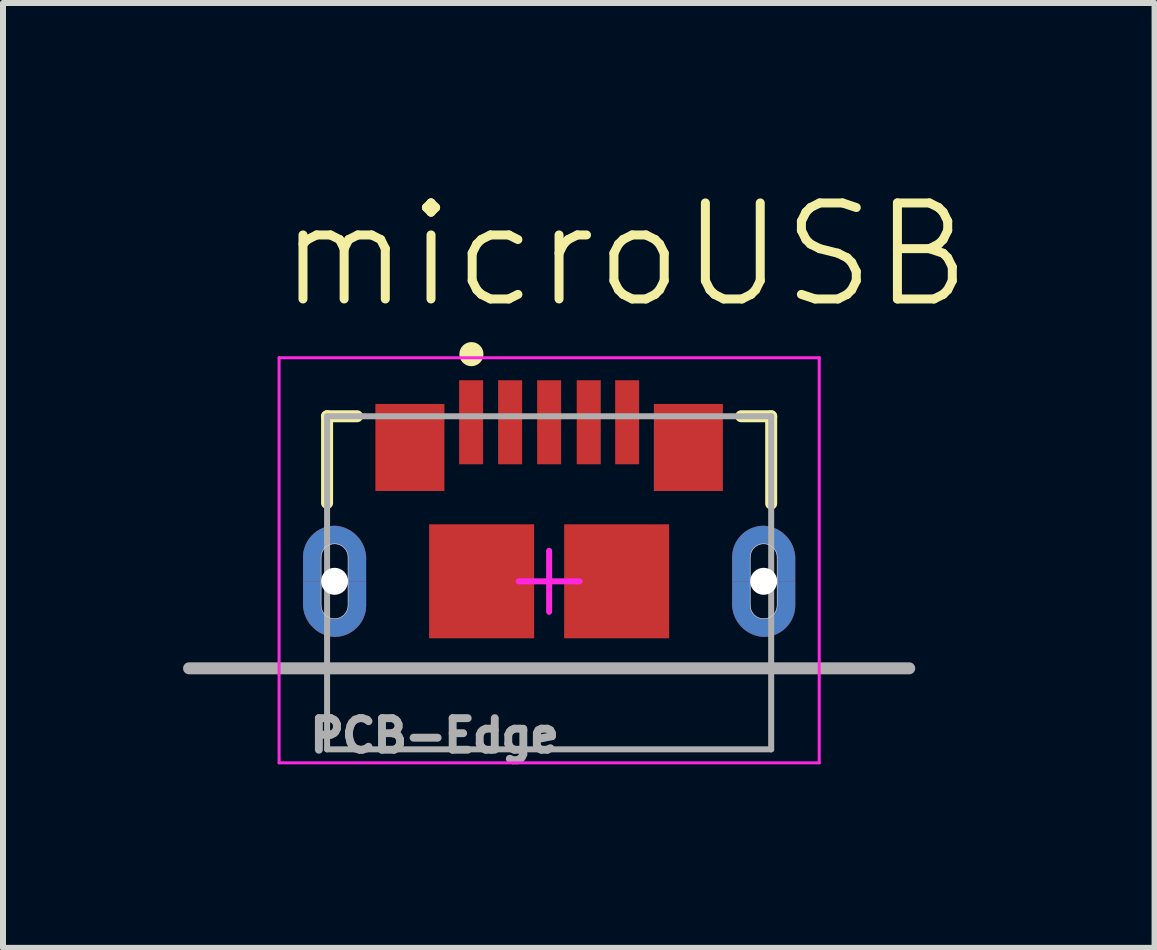
<source format=kicad_pcb>
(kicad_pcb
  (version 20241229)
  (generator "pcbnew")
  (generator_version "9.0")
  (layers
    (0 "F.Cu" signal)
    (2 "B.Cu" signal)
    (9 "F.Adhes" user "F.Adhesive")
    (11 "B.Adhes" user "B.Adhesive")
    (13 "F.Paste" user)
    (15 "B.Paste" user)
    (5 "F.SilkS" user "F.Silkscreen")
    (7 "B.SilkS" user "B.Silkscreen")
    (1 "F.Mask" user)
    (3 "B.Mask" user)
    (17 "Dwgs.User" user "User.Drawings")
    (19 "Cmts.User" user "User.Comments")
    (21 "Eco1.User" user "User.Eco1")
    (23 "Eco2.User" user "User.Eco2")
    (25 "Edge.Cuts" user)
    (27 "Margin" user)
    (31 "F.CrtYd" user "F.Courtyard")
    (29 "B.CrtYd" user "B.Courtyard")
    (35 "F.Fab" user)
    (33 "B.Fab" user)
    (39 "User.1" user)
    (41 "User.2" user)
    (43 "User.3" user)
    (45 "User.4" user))
  (footprint "microUSB"
    (layer "F.Cu")
    (at 6.1 6.636)
    (property "Reference" "microUSB" (at 1.27 -5.437 0) (layer "F.SilkS") (effects (font (size 1.6 1.6) (thickness 0.15))))
    (attr through_hole)
    (fp_poly (pts (xy -3.35 0) (xy -3.35 0.4) (xy -3.35 0.412) (xy -3.351 0.424) (xy -3.353 0.435) (xy -3.355 0.447) (xy -3.358 0.458) (xy -3.361 0.47) (xy -3.365 0.481) (xy -3.369 0.492) (xy -3.375 0.502) (xy -3.38 0.512) (xy -3.386 0.523) (xy -3.393 0.532) (xy -3.4 0.542) (xy -3.408 0.551) (xy -3.416 0.559) (xy -3.424 0.567) (xy -3.433 0.575) (xy -3.443 0.582) (xy -3.452 0.589) (xy -3.463 0.595) (xy -3.473 0.6) (xy -3.483 0.606) (xy -3.494 0.61) (xy -3.505 0.614) (xy -3.517 0.617) (xy -3.528 0.62) (xy -3.54 0.622) (xy -3.551 0.624) (xy -3.563 0.625) (xy -3.575 0.625) (xy -3.587 0.625) (xy -3.599 0.624) (xy -3.61 0.622) (xy -3.622 0.62) (xy -3.633 0.617) (xy -3.645 0.614) (xy -3.656 0.61) (xy -3.667 0.606) (xy -3.677 0.6) (xy -3.688 0.595) (xy -3.698 0.589) (xy -3.707 0.582) (xy -3.717 0.575) (xy -3.726 0.567) (xy -3.734 0.559) (xy -3.742 0.551) (xy -3.75 0.542) (xy -3.757 0.532) (xy -3.764 0.523) (xy -3.77 0.513) (xy -3.775 0.502) (xy -3.781 0.492) (xy -3.785 0.481) (xy -3.789 0.47) (xy -3.792 0.458) (xy -3.795 0.447) (xy -3.797 0.435) (xy -3.799 0.424) (xy -3.8 0.412) (xy -3.8 0.4) (xy -3.8 0) (xy -4.1 0) (xy -4.1 0.35) (xy -4.101 0.375) (xy -4.1 0.404) (xy -4.098 0.433) (xy -4.094 0.461) (xy -4.089 0.489) (xy -4.082 0.517) (xy -4.074 0.545) (xy -4.064 0.572) (xy -4.053 0.599) (xy -4.041 0.625) (xy -4.027 0.65) (xy -4.012 0.675) (xy -3.995 0.699) (xy -3.978 0.721) (xy -3.959 0.743) (xy -3.939 0.764) (xy -3.918 0.784) (xy -3.896 0.803) (xy -3.874 0.82) (xy -3.85 0.837) (xy -3.825 0.852) (xy -3.8 0.866) (xy -3.774 0.878) (xy -3.747 0.889) (xy -3.72 0.899) (xy -3.692 0.907) (xy -3.664 0.914) (xy -3.636 0.919) (xy -3.608 0.923) (xy -3.575 0.925) (xy -3.548 0.924) (xy -3.52 0.922) (xy -3.493 0.919) (xy -3.466 0.914) (xy -3.439 0.907) (xy -3.413 0.899) (xy -3.387 0.89) (xy -3.361 0.88) (xy -3.337 0.868) (xy -3.313 0.855) (xy -3.289 0.84) (xy -3.266 0.825) (xy -3.245 0.808) (xy -3.224 0.79) (xy -3.204 0.771) (xy -3.185 0.751) (xy -3.167 0.73) (xy -3.15 0.709) (xy -3.135 0.686) (xy -3.12 0.662) (xy -3.107 0.638) (xy -3.095 0.614) (xy -3.085 0.588) (xy -3.076 0.562) (xy -3.068 0.536) (xy -3.061 0.509) (xy -3.056 0.482) (xy -3.053 0.455) (xy -3.051 0.427) (xy -3.05 0.4) (xy -3.05 0) (xy -3.35 0)) (stroke (width 0.001) (type solid)) (fill yes) (layer "F.Cu"))
    (fp_poly (pts (xy 3.8 0) (xy 3.8 0.4) (xy 3.8 0.412) (xy 3.799 0.424) (xy 3.797 0.435) (xy 3.795 0.447) (xy 3.792 0.458) (xy 3.789 0.47) (xy 3.785 0.481) (xy 3.781 0.492) (xy 3.775 0.502) (xy 3.77 0.513) (xy 3.764 0.523) (xy 3.757 0.532) (xy 3.75 0.542) (xy 3.742 0.551) (xy 3.734 0.559) (xy 3.726 0.567) (xy 3.717 0.575) (xy 3.707 0.582) (xy 3.698 0.589) (xy 3.688 0.595) (xy 3.677 0.6) (xy 3.667 0.606) (xy 3.656 0.61) (xy 3.645 0.614) (xy 3.633 0.617) (xy 3.622 0.62) (xy 3.61 0.622) (xy 3.599 0.624) (xy 3.587 0.625) (xy 3.575 0.625) (xy 3.563 0.625) (xy 3.551 0.624) (xy 3.54 0.622) (xy 3.528 0.62) (xy 3.517 0.617) (xy 3.505 0.614) (xy 3.494 0.61) (xy 3.483 0.606) (xy 3.473 0.6) (xy 3.463 0.595) (xy 3.452 0.589) (xy 3.443 0.582) (xy 3.433 0.575) (xy 3.424 0.567) (xy 3.416 0.559) (xy 3.408 0.551) (xy 3.4 0.542) (xy 3.393 0.532) (xy 3.386 0.523) (xy 3.38 0.512) (xy 3.375 0.502) (xy 3.369 0.492) (xy 3.365 0.481) (xy 3.361 0.47) (xy 3.358 0.458) (xy 3.355 0.447) (xy 3.353 0.435) (xy 3.351 0.424) (xy 3.35 0.412) (xy 3.35 0.4) (xy 3.35 0) (xy 3.05 0) (xy 3.05 0.35) (xy 3.049 0.375) (xy 3.05 0.404) (xy 3.052 0.433) (xy 3.056 0.461) (xy 3.061 0.489) (xy 3.068 0.517) (xy 3.076 0.545) (xy 3.086 0.572) (xy 3.097 0.599) (xy 3.109 0.625) (xy 3.123 0.65) (xy 3.138 0.675) (xy 3.155 0.699) (xy 3.172 0.721) (xy 3.191 0.743) (xy 3.211 0.764) (xy 3.232 0.784) (xy 3.254 0.803) (xy 3.276 0.82) (xy 3.3 0.837) (xy 3.325 0.852) (xy 3.35 0.866) (xy 3.376 0.878) (xy 3.403 0.889) (xy 3.43 0.899) (xy 3.458 0.907) (xy 3.486 0.914) (xy 3.514 0.919) (xy 3.542 0.923) (xy 3.575 0.925) (xy 3.602 0.924) (xy 3.63 0.922) (xy 3.657 0.919) (xy 3.684 0.914) (xy 3.711 0.907) (xy 3.737 0.899) (xy 3.763 0.89) (xy 3.789 0.88) (xy 3.813 0.868) (xy 3.837 0.855) (xy 3.861 0.84) (xy 3.884 0.825) (xy 3.905 0.808) (xy 3.926 0.79) (xy 3.946 0.771) (xy 3.965 0.751) (xy 3.983 0.73) (xy 4 0.709) (xy 4.015 0.686) (xy 4.03 0.663) (xy 4.043 0.638) (xy 4.055 0.614) (xy 4.065 0.588) (xy 4.074 0.562) (xy 4.082 0.536) (xy 4.089 0.509) (xy 4.094 0.482) (xy 4.097 0.455) (xy 4.099 0.427) (xy 4.1 0.4) (xy 4.1 0) (xy 3.8 0)) (stroke (width 0.001) (type solid)) (fill yes) (layer "F.Cu"))
    (fp_poly (pts (xy -4.304 -1.15) (xy -2.849 -1.15) (xy -2.849 1.151) (xy -4.304 1.151)) (stroke (width 0.01) (type solid)) (fill yes) (layer "F.Mask"))
    (fp_poly (pts (xy 2.856 -1.15) (xy 4.301 -1.15) (xy 4.301 1.152) (xy 2.856 1.152)) (stroke (width 0.01) (type solid)) (fill yes) (layer "F.Mask"))
    (fp_poly (pts (xy -3.8 0) (xy -3.8 -0.4) (xy -3.8 -0.412) (xy -3.799 -0.424) (xy -3.797 -0.435) (xy -3.795 -0.447) (xy -3.792 -0.458) (xy -3.789 -0.47) (xy -3.785 -0.481) (xy -3.781 -0.492) (xy -3.775 -0.502) (xy -3.77 -0.513) (xy -3.764 -0.523) (xy -3.757 -0.532) (xy -3.75 -0.542) (xy -3.742 -0.551) (xy -3.734 -0.559) (xy -3.726 -0.567) (xy -3.717 -0.575) (xy -3.707 -0.582) (xy -3.698 -0.589) (xy -3.688 -0.595) (xy -3.677 -0.6) (xy -3.667 -0.606) (xy -3.656 -0.61) (xy -3.645 -0.614) (xy -3.633 -0.617) (xy -3.622 -0.62) (xy -3.61 -0.622) (xy -3.599 -0.624) (xy -3.587 -0.625) (xy -3.575 -0.625) (xy -3.563 -0.625) (xy -3.551 -0.624) (xy -3.54 -0.622) (xy -3.528 -0.62) (xy -3.517 -0.617) (xy -3.505 -0.614) (xy -3.494 -0.61) (xy -3.483 -0.606) (xy -3.473 -0.6) (xy -3.463 -0.595) (xy -3.452 -0.589) (xy -3.443 -0.582) (xy -3.433 -0.575) (xy -3.424 -0.567) (xy -3.416 -0.559) (xy -3.408 -0.551) (xy -3.4 -0.542) (xy -3.393 -0.532) (xy -3.386 -0.523) (xy -3.38 -0.512) (xy -3.375 -0.502) (xy -3.369 -0.492) (xy -3.365 -0.481) (xy -3.361 -0.47) (xy -3.358 -0.458) (xy -3.355 -0.447) (xy -3.353 -0.435) (xy -3.351 -0.424) (xy -3.35 -0.412) (xy -3.35 -0.4) (xy -3.35 0) (xy -3.05 0) (xy -3.05 -0.35) (xy -3.049 -0.375) (xy -3.05 -0.404) (xy -3.052 -0.433) (xy -3.056 -0.461) (xy -3.061 -0.489) (xy -3.068 -0.517) (xy -3.076 -0.545) (xy -3.086 -0.572) (xy -3.097 -0.599) (xy -3.109 -0.625) (xy -3.123 -0.65) (xy -3.138 -0.675) (xy -3.155 -0.699) (xy -3.172 -0.721) (xy -3.191 -0.743) (xy -3.211 -0.764) (xy -3.232 -0.784) (xy -3.254 -0.803) (xy -3.276 -0.82) (xy -3.3 -0.837) (xy -3.325 -0.852) (xy -3.35 -0.866) (xy -3.376 -0.878) (xy -3.403 -0.889) (xy -3.43 -0.899) (xy -3.458 -0.907) (xy -3.486 -0.914) (xy -3.514 -0.919) (xy -3.542 -0.923) (xy -3.575 -0.925) (xy -3.602 -0.924) (xy -3.63 -0.922) (xy -3.657 -0.919) (xy -3.684 -0.914) (xy -3.711 -0.907) (xy -3.737 -0.899) (xy -3.763 -0.89) (xy -3.789 -0.88) (xy -3.813 -0.868) (xy -3.837 -0.855) (xy -3.861 -0.84) (xy -3.884 -0.825) (xy -3.905 -0.808) (xy -3.926 -0.79) (xy -3.946 -0.771) (xy -3.965 -0.751) (xy -3.983 -0.73) (xy -4 -0.709) (xy -4.015 -0.686) (xy -4.03 -0.663) (xy -4.043 -0.638) (xy -4.055 -0.614) (xy -4.065 -0.588) (xy -4.074 -0.562) (xy -4.082 -0.536) (xy -4.089 -0.509) (xy -4.094 -0.482) (xy -4.097 -0.455) (xy -4.099 -0.427) (xy -4.1 -0.4) (xy -4.1 0) (xy -3.8 0)) (stroke (width 0.001) (type solid)) (fill yes) (layer "B.Cu"))
    (fp_poly (pts (xy -3.35 0) (xy -3.35 0.4) (xy -3.35 0.412) (xy -3.351 0.424) (xy -3.353 0.435) (xy -3.355 0.447) (xy -3.358 0.458) (xy -3.361 0.47) (xy -3.365 0.481) (xy -3.369 0.492) (xy -3.375 0.502) (xy -3.38 0.512) (xy -3.386 0.523) (xy -3.393 0.532) (xy -3.4 0.542) (xy -3.408 0.551) (xy -3.416 0.559) (xy -3.424 0.567) (xy -3.433 0.575) (xy -3.443 0.582) (xy -3.452 0.589) (xy -3.463 0.595) (xy -3.473 0.6) (xy -3.483 0.606) (xy -3.494 0.61) (xy -3.505 0.614) (xy -3.517 0.617) (xy -3.528 0.62) (xy -3.54 0.622) (xy -3.551 0.624) (xy -3.563 0.625) (xy -3.575 0.625) (xy -3.587 0.625) (xy -3.599 0.624) (xy -3.61 0.622) (xy -3.622 0.62) (xy -3.633 0.617) (xy -3.645 0.614) (xy -3.656 0.61) (xy -3.667 0.606) (xy -3.677 0.6) (xy -3.688 0.595) (xy -3.698 0.589) (xy -3.707 0.582) (xy -3.717 0.575) (xy -3.726 0.567) (xy -3.734 0.559) (xy -3.742 0.551) (xy -3.75 0.542) (xy -3.757 0.532) (xy -3.764 0.523) (xy -3.77 0.513) (xy -3.775 0.502) (xy -3.781 0.492) (xy -3.785 0.481) (xy -3.789 0.47) (xy -3.792 0.458) (xy -3.795 0.447) (xy -3.797 0.435) (xy -3.799 0.424) (xy -3.8 0.412) (xy -3.8 0.4) (xy -3.8 0) (xy -4.1 0) (xy -4.1 0.35) (xy -4.101 0.375) (xy -4.1 0.404) (xy -4.098 0.433) (xy -4.094 0.461) (xy -4.089 0.489) (xy -4.082 0.517) (xy -4.074 0.545) (xy -4.064 0.572) (xy -4.053 0.599) (xy -4.041 0.625) (xy -4.027 0.65) (xy -4.012 0.675) (xy -3.995 0.699) (xy -3.978 0.721) (xy -3.959 0.743) (xy -3.939 0.764) (xy -3.918 0.784) (xy -3.896 0.803) (xy -3.874 0.82) (xy -3.85 0.837) (xy -3.825 0.852) (xy -3.8 0.866) (xy -3.774 0.878) (xy -3.747 0.889) (xy -3.72 0.899) (xy -3.692 0.907) (xy -3.664 0.914) (xy -3.636 0.919) (xy -3.608 0.923) (xy -3.575 0.925) (xy -3.548 0.924) (xy -3.52 0.922) (xy -3.493 0.919) (xy -3.466 0.914) (xy -3.439 0.907) (xy -3.413 0.899) (xy -3.387 0.89) (xy -3.361 0.88) (xy -3.337 0.868) (xy -3.313 0.855) (xy -3.289 0.84) (xy -3.266 0.825) (xy -3.245 0.808) (xy -3.224 0.79) (xy -3.204 0.771) (xy -3.185 0.751) (xy -3.167 0.73) (xy -3.15 0.709) (xy -3.135 0.686) (xy -3.12 0.662) (xy -3.107 0.638) (xy -3.095 0.614) (xy -3.085 0.588) (xy -3.076 0.562) (xy -3.068 0.536) (xy -3.061 0.509) (xy -3.056 0.482) (xy -3.053 0.455) (xy -3.051 0.427) (xy -3.05 0.4) (xy -3.05 0) (xy -3.35 0)) (stroke (width 0.001) (type solid)) (fill yes) (layer "B.Cu"))
    (fp_poly (pts (xy 3.35 0) (xy 3.35 -0.4) (xy 3.35 -0.412) (xy 3.351 -0.424) (xy 3.353 -0.435) (xy 3.355 -0.447) (xy 3.358 -0.458) (xy 3.361 -0.47) (xy 3.365 -0.481) (xy 3.369 -0.492) (xy 3.375 -0.502) (xy 3.38 -0.512) (xy 3.386 -0.523) (xy 3.393 -0.532) (xy 3.4 -0.542) (xy 3.408 -0.551) (xy 3.416 -0.559) (xy 3.424 -0.567) (xy 3.433 -0.575) (xy 3.443 -0.582) (xy 3.452 -0.589) (xy 3.463 -0.595) (xy 3.473 -0.6) (xy 3.483 -0.606) (xy 3.494 -0.61) (xy 3.505 -0.614) (xy 3.517 -0.617) (xy 3.528 -0.62) (xy 3.54 -0.622) (xy 3.551 -0.624) (xy 3.563 -0.625) (xy 3.575 -0.625) (xy 3.587 -0.625) (xy 3.599 -0.624) (xy 3.61 -0.622) (xy 3.622 -0.62) (xy 3.633 -0.617) (xy 3.645 -0.614) (xy 3.656 -0.61) (xy 3.667 -0.606) (xy 3.677 -0.6) (xy 3.688 -0.595) (xy 3.698 -0.589) (xy 3.707 -0.582) (xy 3.717 -0.575) (xy 3.726 -0.567) (xy 3.734 -0.559) (xy 3.742 -0.551) (xy 3.75 -0.542) (xy 3.757 -0.532) (xy 3.764 -0.523) (xy 3.77 -0.513) (xy 3.775 -0.502) (xy 3.781 -0.492) (xy 3.785 -0.481) (xy 3.789 -0.47) (xy 3.792 -0.458) (xy 3.795 -0.447) (xy 3.797 -0.435) (xy 3.799 -0.424) (xy 3.8 -0.412) (xy 3.8 -0.4) (xy 3.8 0) (xy 4.1 0) (xy 4.1 -0.35) (xy 4.101 -0.375) (xy 4.1 -0.404) (xy 4.098 -0.433) (xy 4.094 -0.461) (xy 4.089 -0.489) (xy 4.082 -0.517) (xy 4.074 -0.545) (xy 4.064 -0.572) (xy 4.053 -0.599) (xy 4.041 -0.625) (xy 4.027 -0.65) (xy 4.012 -0.675) (xy 3.995 -0.699) (xy 3.978 -0.721) (xy 3.959 -0.743) (xy 3.939 -0.764) (xy 3.918 -0.784) (xy 3.896 -0.803) (xy 3.874 -0.82) (xy 3.85 -0.837) (xy 3.825 -0.852) (xy 3.8 -0.866) (xy 3.774 -0.878) (xy 3.747 -0.889) (xy 3.72 -0.899) (xy 3.692 -0.907) (xy 3.664 -0.914) (xy 3.636 -0.919) (xy 3.608 -0.923) (xy 3.575 -0.925) (xy 3.548 -0.924) (xy 3.52 -0.922) (xy 3.493 -0.919) (xy 3.466 -0.914) (xy 3.439 -0.907) (xy 3.413 -0.899) (xy 3.387 -0.89) (xy 3.361 -0.88) (xy 3.337 -0.868) (xy 3.313 -0.855) (xy 3.289 -0.84) (xy 3.266 -0.825) (xy 3.245 -0.808) (xy 3.224 -0.79) (xy 3.204 -0.771) (xy 3.185 -0.751) (xy 3.167 -0.73) (xy 3.15 -0.709) (xy 3.135 -0.686) (xy 3.12 -0.662) (xy 3.107 -0.638) (xy 3.095 -0.614) (xy 3.085 -0.588) (xy 3.076 -0.562) (xy 3.068 -0.536) (xy 3.061 -0.509) (xy 3.056 -0.482) (xy 3.053 -0.455) (xy 3.051 -0.427) (xy 3.05 -0.4) (xy 3.05 0) (xy 3.35 0)) (stroke (width 0.001) (type solid)) (fill yes) (layer "B.Cu"))
    (fp_poly (pts (xy 3.8 0) (xy 3.8 0.4) (xy 3.8 0.412) (xy 3.799 0.424) (xy 3.797 0.435) (xy 3.795 0.447) (xy 3.792 0.458) (xy 3.789 0.47) (xy 3.785 0.481) (xy 3.781 0.492) (xy 3.775 0.502) (xy 3.77 0.513) (xy 3.764 0.523) (xy 3.757 0.532) (xy 3.75 0.542) (xy 3.742 0.551) (xy 3.734 0.559) (xy 3.726 0.567) (xy 3.717 0.575) (xy 3.707 0.582) (xy 3.698 0.589) (xy 3.688 0.595) (xy 3.677 0.6) (xy 3.667 0.606) (xy 3.656 0.61) (xy 3.645 0.614) (xy 3.633 0.617) (xy 3.622 0.62) (xy 3.61 0.622) (xy 3.599 0.624) (xy 3.587 0.625) (xy 3.575 0.625) (xy 3.563 0.625) (xy 3.551 0.624) (xy 3.54 0.622) (xy 3.528 0.62) (xy 3.517 0.617) (xy 3.505 0.614) (xy 3.494 0.61) (xy 3.483 0.606) (xy 3.473 0.6) (xy 3.463 0.595) (xy 3.452 0.589) (xy 3.443 0.582) (xy 3.433 0.575) (xy 3.424 0.567) (xy 3.416 0.559) (xy 3.408 0.551) (xy 3.4 0.542) (xy 3.393 0.532) (xy 3.386 0.523) (xy 3.38 0.512) (xy 3.375 0.502) (xy 3.369 0.492) (xy 3.365 0.481) (xy 3.361 0.47) (xy 3.358 0.458) (xy 3.355 0.447) (xy 3.353 0.435) (xy 3.351 0.424) (xy 3.35 0.412) (xy 3.35 0.4) (xy 3.35 0) (xy 3.05 0) (xy 3.05 0.35) (xy 3.049 0.375) (xy 3.05 0.404) (xy 3.052 0.433) (xy 3.056 0.461) (xy 3.061 0.489) (xy 3.068 0.517) (xy 3.076 0.545) (xy 3.086 0.572) (xy 3.097 0.599) (xy 3.109 0.625) (xy 3.123 0.65) (xy 3.138 0.675) (xy 3.155 0.699) (xy 3.172 0.721) (xy 3.191 0.743) (xy 3.211 0.764) (xy 3.232 0.784) (xy 3.254 0.803) (xy 3.276 0.82) (xy 3.3 0.837) (xy 3.325 0.852) (xy 3.35 0.866) (xy 3.376 0.878) (xy 3.403 0.889) (xy 3.43 0.899) (xy 3.458 0.907) (xy 3.486 0.914) (xy 3.514 0.919) (xy 3.542 0.923) (xy 3.575 0.925) (xy 3.602 0.924) (xy 3.63 0.922) (xy 3.657 0.919) (xy 3.684 0.914) (xy 3.711 0.907) (xy 3.737 0.899) (xy 3.763 0.89) (xy 3.789 0.88) (xy 3.813 0.868) (xy 3.837 0.855) (xy 3.861 0.84) (xy 3.884 0.825) (xy 3.905 0.808) (xy 3.926 0.79) (xy 3.946 0.771) (xy 3.965 0.751) (xy 3.983 0.73) (xy 4 0.709) (xy 4.015 0.686) (xy 4.03 0.663) (xy 4.043 0.638) (xy 4.055 0.614) (xy 4.065 0.588) (xy 4.074 0.562) (xy 4.082 0.536) (xy 4.089 0.509) (xy 4.094 0.482) (xy 4.097 0.455) (xy 4.099 0.427) (xy 4.1 0.4) (xy 4.1 0) (xy 3.8 0)) (stroke (width 0.001) (type solid)) (fill yes) (layer "B.Cu"))
    (fp_poly (pts (xy -4.307 -1.15) (xy -2.849 -1.15) (xy -2.849 1.152) (xy -4.307 1.152)) (stroke (width 0.01) (type solid)) (fill yes) (layer "B.Mask"))
    (fp_poly (pts (xy 2.854 -1.15) (xy 4.301 -1.15) (xy 4.301 1.151) (xy 2.854 1.151)) (stroke (width 0.01) (type solid)) (fill yes) (layer "B.Mask"))
    (fp_line (start -3.7 -2.75) (end -3.2 -2.75) (stroke (width 0.2) (type solid)) (layer "F.SilkS"))
    (fp_line (start -3.7 -1.305) (end -3.7 -2.75) (stroke (width 0.2) (type solid)) (layer "F.SilkS"))
    (fp_line (start 3.2 -2.75) (end 3.7 -2.75) (stroke (width 0.2) (type solid)) (layer "F.SilkS"))
    (fp_line (start 3.7 -1.295) (end 3.7 -2.75) (stroke (width 0.2) (type solid)) (layer "F.SilkS"))
    (fp_circle (center -1.295 -3.785) (end -1.194 -3.785) (stroke (width 0.2) (type solid)) (fill no) (layer "F.SilkS"))
    (fp_poly (pts (xy -3.8 0) (xy -3.8 -0.4) (xy -3.8 -0.412) (xy -3.799 -0.424) (xy -3.797 -0.435) (xy -3.795 -0.447) (xy -3.792 -0.458) (xy -3.789 -0.47) (xy -3.785 -0.481) (xy -3.781 -0.492) (xy -3.775 -0.502) (xy -3.77 -0.513) (xy -3.764 -0.523) (xy -3.757 -0.532) (xy -3.75 -0.542) (xy -3.742 -0.551) (xy -3.734 -0.559) (xy -3.726 -0.567) (xy -3.717 -0.575) (xy -3.707 -0.582) (xy -3.698 -0.589) (xy -3.688 -0.595) (xy -3.677 -0.6) (xy -3.667 -0.606) (xy -3.656 -0.61) (xy -3.645 -0.614) (xy -3.633 -0.617) (xy -3.622 -0.62) (xy -3.61 -0.622) (xy -3.599 -0.624) (xy -3.587 -0.625) (xy -3.575 -0.625) (xy -3.563 -0.625) (xy -3.551 -0.624) (xy -3.54 -0.622) (xy -3.528 -0.62) (xy -3.517 -0.617) (xy -3.505 -0.614) (xy -3.494 -0.61) (xy -3.483 -0.606) (xy -3.473 -0.6) (xy -3.463 -0.595) (xy -3.452 -0.589) (xy -3.443 -0.582) (xy -3.433 -0.575) (xy -3.424 -0.567) (xy -3.416 -0.559) (xy -3.408 -0.551) (xy -3.4 -0.542) (xy -3.393 -0.532) (xy -3.386 -0.523) (xy -3.38 -0.512) (xy -3.375 -0.502) (xy -3.369 -0.492) (xy -3.365 -0.481) (xy -3.361 -0.47) (xy -3.358 -0.458) (xy -3.355 -0.447) (xy -3.353 -0.435) (xy -3.351 -0.424) (xy -3.35 -0.412) (xy -3.35 -0.4) (xy -3.35 0) (xy -3.05 0) (xy -3.05 -0.35) (xy -3.049 -0.375) (xy -3.05 -0.404) (xy -3.052 -0.433) (xy -3.056 -0.461) (xy -3.061 -0.489) (xy -3.068 -0.517) (xy -3.076 -0.545) (xy -3.086 -0.572) (xy -3.097 -0.599) (xy -3.109 -0.625) (xy -3.123 -0.65) (xy -3.138 -0.675) (xy -3.155 -0.699) (xy -3.172 -0.721) (xy -3.191 -0.743) (xy -3.211 -0.764) (xy -3.232 -0.784) (xy -3.254 -0.803) (xy -3.276 -0.82) (xy -3.3 -0.837) (xy -3.325 -0.852) (xy -3.35 -0.866) (xy -3.376 -0.878) (xy -3.403 -0.889) (xy -3.43 -0.899) (xy -3.458 -0.907) (xy -3.486 -0.914) (xy -3.514 -0.919) (xy -3.542 -0.923) (xy -3.575 -0.925) (xy -3.602 -0.924) (xy -3.63 -0.922) (xy -3.657 -0.919) (xy -3.684 -0.914) (xy -3.711 -0.907) (xy -3.737 -0.899) (xy -3.763 -0.89) (xy -3.789 -0.88) (xy -3.813 -0.868) (xy -3.837 -0.855) (xy -3.861 -0.84) (xy -3.884 -0.825) (xy -3.905 -0.808) (xy -3.926 -0.79) (xy -3.946 -0.771) (xy -3.965 -0.751) (xy -3.983 -0.73) (xy -4 -0.709) (xy -4.015 -0.686) (xy -4.03 -0.663) (xy -4.043 -0.638) (xy -4.055 -0.614) (xy -4.065 -0.588) (xy -4.074 -0.562) (xy -4.082 -0.536) (xy -4.089 -0.509) (xy -4.094 -0.482) (xy -4.097 -0.455) (xy -4.099 -0.427) (xy -4.1 -0.4) (xy -4.1 0) (xy -3.8 0)) (stroke (width 0.001) (type solid)) (fill yes) (layer "F.Paste"))
    (fp_poly (pts (xy -3.799 0) (xy -3.799 -0.4) (xy -3.799 -0.412) (xy -3.798 -0.424) (xy -3.796 -0.435) (xy -3.794 -0.447) (xy -3.791 -0.458) (xy -3.788 -0.47) (xy -3.784 -0.481) (xy -3.78 -0.492) (xy -3.774 -0.502) (xy -3.769 -0.512) (xy -3.763 -0.523) (xy -3.756 -0.532) (xy -3.749 -0.542) (xy -3.741 -0.551) (xy -3.733 -0.559) (xy -3.725 -0.567) (xy -3.716 -0.575) (xy -3.706 -0.582) (xy -3.697 -0.589) (xy -3.686 -0.595) (xy -3.676 -0.6) (xy -3.666 -0.606) (xy -3.655 -0.61) (xy -3.644 -0.614) (xy -3.632 -0.617) (xy -3.621 -0.62) (xy -3.609 -0.622) (xy -3.598 -0.624) (xy -3.586 -0.625) (xy -3.574 -0.625) (xy -3.562 -0.625) (xy -3.55 -0.624) (xy -3.539 -0.622) (xy -3.527 -0.62) (xy -3.516 -0.617) (xy -3.504 -0.614) (xy -3.493 -0.61) (xy -3.482 -0.606) (xy -3.472 -0.6) (xy -3.462 -0.595) (xy -3.451 -0.589) (xy -3.442 -0.582) (xy -3.432 -0.575) (xy -3.423 -0.567) (xy -3.415 -0.559) (xy -3.407 -0.551) (xy -3.399 -0.542) (xy -3.392 -0.532) (xy -3.385 -0.523) (xy -3.379 -0.513) (xy -3.374 -0.502) (xy -3.368 -0.492) (xy -3.364 -0.481) (xy -3.36 -0.47) (xy -3.357 -0.458) (xy -3.354 -0.447) (xy -3.352 -0.435) (xy -3.35 -0.424) (xy -3.349 -0.412) (xy -3.349 -0.4) (xy -3.349 0) (xy -3.049 0) (xy -3.049 -0.355) (xy -3.049 -0.387) (xy -3.05 -0.416) (xy -3.053 -0.444) (xy -3.057 -0.473) (xy -3.063 -0.501) (xy -3.07 -0.529) (xy -3.078 -0.556) (xy -3.088 -0.583) (xy -3.1 -0.609) (xy -3.113 -0.635) (xy -3.127 -0.66) (xy -3.142 -0.684) (xy -3.159 -0.707) (xy -3.177 -0.73) (xy -3.196 -0.751) (xy -3.216 -0.772) (xy -3.237 -0.791) (xy -3.259 -0.809) (xy -3.282 -0.826) (xy -3.306 -0.842) (xy -3.331 -0.857) (xy -3.356 -0.87) (xy -3.382 -0.882) (xy -3.409 -0.892) (xy -3.436 -0.902) (xy -3.464 -0.909) (xy -3.492 -0.915) (xy -3.52 -0.92) (xy -3.549 -0.923) (xy -3.574 -0.925) (xy -3.601 -0.924) (xy -3.629 -0.922) (xy -3.656 -0.919) (xy -3.683 -0.914) (xy -3.71 -0.907) (xy -3.736 -0.899) (xy -3.762 -0.89) (xy -3.788 -0.88) (xy -3.812 -0.868) (xy -3.837 -0.855) (xy -3.86 -0.84) (xy -3.883 -0.825) (xy -3.904 -0.808) (xy -3.925 -0.79) (xy -3.945 -0.771) (xy -3.964 -0.751) (xy -3.982 -0.73) (xy -3.999 -0.709) (xy -4.014 -0.686) (xy -4.029 -0.662) (xy -4.042 -0.638) (xy -4.054 -0.614) (xy -4.064 -0.588) (xy -4.073 -0.562) (xy -4.081 -0.536) (xy -4.088 -0.509) (xy -4.093 -0.482) (xy -4.096 -0.455) (xy -4.098 -0.427) (xy -4.099 -0.4) (xy -4.099 0) (xy -3.799 0)) (stroke (width 0.001) (type solid)) (fill yes) (layer "F.Paste"))
    (fp_poly (pts (xy -3.35 0) (xy -3.35 0.4) (xy -3.35 0.412) (xy -3.351 0.424) (xy -3.353 0.435) (xy -3.355 0.447) (xy -3.358 0.458) (xy -3.361 0.47) (xy -3.365 0.481) (xy -3.369 0.492) (xy -3.375 0.502) (xy -3.38 0.512) (xy -3.386 0.523) (xy -3.393 0.532) (xy -3.4 0.542) (xy -3.408 0.551) (xy -3.416 0.559) (xy -3.424 0.567) (xy -3.433 0.575) (xy -3.443 0.582) (xy -3.452 0.589) (xy -3.463 0.595) (xy -3.473 0.6) (xy -3.483 0.606) (xy -3.494 0.61) (xy -3.505 0.614) (xy -3.517 0.617) (xy -3.528 0.62) (xy -3.54 0.622) (xy -3.551 0.624) (xy -3.563 0.625) (xy -3.575 0.625) (xy -3.587 0.625) (xy -3.599 0.624) (xy -3.61 0.622) (xy -3.622 0.62) (xy -3.633 0.617) (xy -3.645 0.614) (xy -3.656 0.61) (xy -3.667 0.606) (xy -3.677 0.6) (xy -3.688 0.595) (xy -3.698 0.589) (xy -3.707 0.582) (xy -3.717 0.575) (xy -3.726 0.567) (xy -3.734 0.559) (xy -3.742 0.551) (xy -3.75 0.542) (xy -3.757 0.532) (xy -3.764 0.523) (xy -3.77 0.513) (xy -3.775 0.502) (xy -3.781 0.492) (xy -3.785 0.481) (xy -3.789 0.47) (xy -3.792 0.458) (xy -3.795 0.447) (xy -3.797 0.435) (xy -3.799 0.424) (xy -3.8 0.412) (xy -3.8 0.4) (xy -3.8 0) (xy -4.1 0) (xy -4.1 0.35) (xy -4.101 0.375) (xy -4.1 0.404) (xy -4.098 0.433) (xy -4.094 0.461) (xy -4.089 0.489) (xy -4.082 0.517) (xy -4.074 0.545) (xy -4.064 0.572) (xy -4.053 0.599) (xy -4.041 0.625) (xy -4.027 0.65) (xy -4.012 0.675) (xy -3.995 0.699) (xy -3.978 0.721) (xy -3.959 0.743) (xy -3.939 0.764) (xy -3.918 0.784) (xy -3.896 0.803) (xy -3.874 0.82) (xy -3.85 0.837) (xy -3.825 0.852) (xy -3.8 0.866) (xy -3.774 0.878) (xy -3.747 0.889) (xy -3.72 0.899) (xy -3.692 0.907) (xy -3.664 0.914) (xy -3.636 0.919) (xy -3.608 0.923) (xy -3.575 0.925) (xy -3.548 0.924) (xy -3.52 0.922) (xy -3.493 0.919) (xy -3.466 0.914) (xy -3.439 0.907) (xy -3.413 0.899) (xy -3.387 0.89) (xy -3.361 0.88) (xy -3.337 0.868) (xy -3.313 0.855) (xy -3.289 0.84) (xy -3.266 0.825) (xy -3.245 0.808) (xy -3.224 0.79) (xy -3.204 0.771) (xy -3.185 0.751) (xy -3.167 0.73) (xy -3.15 0.709) (xy -3.135 0.686) (xy -3.12 0.662) (xy -3.107 0.638) (xy -3.095 0.614) (xy -3.085 0.588) (xy -3.076 0.562) (xy -3.068 0.536) (xy -3.061 0.509) (xy -3.056 0.482) (xy -3.053 0.455) (xy -3.051 0.427) (xy -3.05 0.4) (xy -3.05 0) (xy -3.35 0)) (stroke (width 0.001) (type solid)) (fill yes) (layer "F.Paste"))
    (fp_poly (pts (xy -3.349 0) (xy -3.349 0.4) (xy -3.349 0.412) (xy -3.35 0.424) (xy -3.352 0.435) (xy -3.354 0.447) (xy -3.357 0.458) (xy -3.36 0.47) (xy -3.364 0.481) (xy -3.368 0.492) (xy -3.374 0.502) (xy -3.379 0.513) (xy -3.385 0.523) (xy -3.392 0.532) (xy -3.399 0.542) (xy -3.407 0.551) (xy -3.415 0.559) (xy -3.423 0.567) (xy -3.432 0.575) (xy -3.442 0.582) (xy -3.451 0.589) (xy -3.462 0.595) (xy -3.472 0.6) (xy -3.482 0.606) (xy -3.493 0.61) (xy -3.504 0.614) (xy -3.516 0.617) (xy -3.527 0.62) (xy -3.539 0.622) (xy -3.55 0.624) (xy -3.562 0.625) (xy -3.574 0.625) (xy -3.586 0.625) (xy -3.598 0.624) (xy -3.609 0.622) (xy -3.621 0.62) (xy -3.632 0.617) (xy -3.644 0.614) (xy -3.655 0.61) (xy -3.666 0.606) (xy -3.676 0.6) (xy -3.686 0.595) (xy -3.697 0.589) (xy -3.706 0.582) (xy -3.716 0.575) (xy -3.725 0.567) (xy -3.733 0.559) (xy -3.741 0.551) (xy -3.749 0.542) (xy -3.756 0.532) (xy -3.763 0.523) (xy -3.769 0.512) (xy -3.774 0.502) (xy -3.78 0.492) (xy -3.784 0.481) (xy -3.788 0.47) (xy -3.791 0.458) (xy -3.794 0.447) (xy -3.796 0.435) (xy -3.798 0.424) (xy -3.799 0.412) (xy -3.799 0.4) (xy -3.799 0) (xy -4.099 0) (xy -4.099 0.355) (xy -4.099 0.387) (xy -4.098 0.416) (xy -4.095 0.444) (xy -4.091 0.473) (xy -4.085 0.501) (xy -4.078 0.529) (xy -4.07 0.556) (xy -4.06 0.583) (xy -4.048 0.609) (xy -4.035 0.635) (xy -4.021 0.66) (xy -4.006 0.684) (xy -3.989 0.707) (xy -3.971 0.73) (xy -3.952 0.751) (xy -3.932 0.772) (xy -3.911 0.791) (xy -3.889 0.809) (xy -3.866 0.826) (xy -3.842 0.842) (xy -3.817 0.857) (xy -3.792 0.87) (xy -3.766 0.882) (xy -3.739 0.892) (xy -3.712 0.902) (xy -3.684 0.909) (xy -3.656 0.915) (xy -3.628 0.92) (xy -3.599 0.923) (xy -3.574 0.925) (xy -3.547 0.924) (xy -3.519 0.922) (xy -3.492 0.919) (xy -3.465 0.914) (xy -3.438 0.907) (xy -3.412 0.899) (xy -3.386 0.89) (xy -3.36 0.88) (xy -3.336 0.868) (xy -3.311 0.855) (xy -3.288 0.84) (xy -3.265 0.825) (xy -3.244 0.808) (xy -3.223 0.79) (xy -3.203 0.771) (xy -3.184 0.751) (xy -3.166 0.73) (xy -3.149 0.709) (xy -3.134 0.686) (xy -3.119 0.663) (xy -3.106 0.638) (xy -3.094 0.614) (xy -3.084 0.588) (xy -3.075 0.562) (xy -3.067 0.536) (xy -3.06 0.509) (xy -3.055 0.482) (xy -3.052 0.455) (xy -3.05 0.427) (xy -3.049 0.4) (xy -3.049 0) (xy -3.349 0)) (stroke (width 0.001) (type solid)) (fill yes) (layer "F.Paste"))
    (fp_poly (pts (xy 3.35 0) (xy 3.35 -0.4) (xy 3.35 -0.412) (xy 3.351 -0.424) (xy 3.353 -0.435) (xy 3.355 -0.447) (xy 3.358 -0.458) (xy 3.361 -0.47) (xy 3.365 -0.481) (xy 3.369 -0.492) (xy 3.375 -0.502) (xy 3.38 -0.512) (xy 3.386 -0.523) (xy 3.393 -0.532) (xy 3.4 -0.542) (xy 3.408 -0.551) (xy 3.416 -0.559) (xy 3.424 -0.567) (xy 3.433 -0.575) (xy 3.443 -0.582) (xy 3.452 -0.589) (xy 3.463 -0.595) (xy 3.473 -0.6) (xy 3.483 -0.606) (xy 3.494 -0.61) (xy 3.505 -0.614) (xy 3.517 -0.617) (xy 3.528 -0.62) (xy 3.54 -0.622) (xy 3.551 -0.624) (xy 3.563 -0.625) (xy 3.575 -0.625) (xy 3.587 -0.625) (xy 3.599 -0.624) (xy 3.61 -0.622) (xy 3.622 -0.62) (xy 3.633 -0.617) (xy 3.645 -0.614) (xy 3.656 -0.61) (xy 3.667 -0.606) (xy 3.677 -0.6) (xy 3.688 -0.595) (xy 3.698 -0.589) (xy 3.707 -0.582) (xy 3.717 -0.575) (xy 3.726 -0.567) (xy 3.734 -0.559) (xy 3.742 -0.551) (xy 3.75 -0.542) (xy 3.757 -0.532) (xy 3.764 -0.523) (xy 3.77 -0.513) (xy 3.775 -0.502) (xy 3.781 -0.492) (xy 3.785 -0.481) (xy 3.789 -0.47) (xy 3.792 -0.458) (xy 3.795 -0.447) (xy 3.797 -0.435) (xy 3.799 -0.424) (xy 3.8 -0.412) (xy 3.8 -0.4) (xy 3.8 0) (xy 4.1 0) (xy 4.1 -0.35) (xy 4.101 -0.375) (xy 4.1 -0.404) (xy 4.098 -0.433) (xy 4.094 -0.461) (xy 4.089 -0.489) (xy 4.082 -0.517) (xy 4.074 -0.545) (xy 4.064 -0.572) (xy 4.053 -0.599) (xy 4.041 -0.625) (xy 4.027 -0.65) (xy 4.012 -0.675) (xy 3.995 -0.699) (xy 3.978 -0.721) (xy 3.959 -0.743) (xy 3.939 -0.764) (xy 3.918 -0.784) (xy 3.896 -0.803) (xy 3.874 -0.82) (xy 3.85 -0.837) (xy 3.825 -0.852) (xy 3.8 -0.866) (xy 3.774 -0.878) (xy 3.747 -0.889) (xy 3.72 -0.899) (xy 3.692 -0.907) (xy 3.664 -0.914) (xy 3.636 -0.919) (xy 3.608 -0.923) (xy 3.575 -0.925) (xy 3.548 -0.924) (xy 3.52 -0.922) (xy 3.493 -0.919) (xy 3.466 -0.914) (xy 3.439 -0.907) (xy 3.413 -0.899) (xy 3.387 -0.89) (xy 3.361 -0.88) (xy 3.337 -0.868) (xy 3.313 -0.855) (xy 3.289 -0.84) (xy 3.266 -0.825) (xy 3.245 -0.808) (xy 3.224 -0.79) (xy 3.204 -0.771) (xy 3.185 -0.751) (xy 3.167 -0.73) (xy 3.15 -0.709) (xy 3.135 -0.686) (xy 3.12 -0.662) (xy 3.107 -0.638) (xy 3.095 -0.614) (xy 3.085 -0.588) (xy 3.076 -0.562) (xy 3.068 -0.536) (xy 3.061 -0.509) (xy 3.056 -0.482) (xy 3.053 -0.455) (xy 3.051 -0.427) (xy 3.05 -0.4) (xy 3.05 0) (xy 3.35 0)) (stroke (width 0.001) (type solid)) (fill yes) (layer "F.Paste"))
    (fp_poly (pts (xy 3.351 0) (xy 3.351 -0.4) (xy 3.351 -0.412) (xy 3.352 -0.424) (xy 3.354 -0.435) (xy 3.356 -0.447) (xy 3.359 -0.458) (xy 3.362 -0.47) (xy 3.366 -0.481) (xy 3.37 -0.492) (xy 3.376 -0.502) (xy 3.381 -0.512) (xy 3.387 -0.523) (xy 3.394 -0.532) (xy 3.401 -0.542) (xy 3.409 -0.551) (xy 3.417 -0.559) (xy 3.425 -0.567) (xy 3.434 -0.575) (xy 3.444 -0.582) (xy 3.453 -0.589) (xy 3.463 -0.595) (xy 3.474 -0.6) (xy 3.484 -0.606) (xy 3.495 -0.61) (xy 3.506 -0.614) (xy 3.518 -0.617) (xy 3.529 -0.62) (xy 3.541 -0.622) (xy 3.552 -0.624) (xy 3.564 -0.625) (xy 3.576 -0.625) (xy 3.588 -0.625) (xy 3.6 -0.624) (xy 3.611 -0.622) (xy 3.623 -0.62) (xy 3.634 -0.617) (xy 3.646 -0.614) (xy 3.657 -0.61) (xy 3.668 -0.606) (xy 3.678 -0.6) (xy 3.689 -0.595) (xy 3.699 -0.589) (xy 3.708 -0.582) (xy 3.718 -0.575) (xy 3.727 -0.567) (xy 3.735 -0.559) (xy 3.743 -0.551) (xy 3.751 -0.542) (xy 3.758 -0.532) (xy 3.765 -0.523) (xy 3.771 -0.512) (xy 3.776 -0.502) (xy 3.782 -0.492) (xy 3.786 -0.481) (xy 3.79 -0.47) (xy 3.793 -0.458) (xy 3.796 -0.447) (xy 3.798 -0.435) (xy 3.8 -0.424) (xy 3.801 -0.412) (xy 3.801 -0.4) (xy 3.801 0) (xy 4.101 0) (xy 4.101 -0.355) (xy 4.101 -0.387) (xy 4.1 -0.416) (xy 4.097 -0.444) (xy 4.093 -0.473) (xy 4.087 -0.501) (xy 4.08 -0.529) (xy 4.072 -0.556) (xy 4.062 -0.583) (xy 4.05 -0.609) (xy 4.037 -0.635) (xy 4.023 -0.66) (xy 4.008 -0.684) (xy 3.991 -0.707) (xy 3.973 -0.73) (xy 3.954 -0.751) (xy 3.934 -0.772) (xy 3.913 -0.791) (xy 3.891 -0.809) (xy 3.868 -0.826) (xy 3.844 -0.842) (xy 3.819 -0.857) (xy 3.794 -0.87) (xy 3.768 -0.882) (xy 3.741 -0.892) (xy 3.714 -0.902) (xy 3.686 -0.909) (xy 3.658 -0.915) (xy 3.63 -0.92) (xy 3.601 -0.923) (xy 3.576 -0.925) (xy 3.549 -0.924) (xy 3.521 -0.922) (xy 3.494 -0.919) (xy 3.467 -0.914) (xy 3.44 -0.907) (xy 3.414 -0.899) (xy 3.388 -0.89) (xy 3.362 -0.88) (xy 3.338 -0.868) (xy 3.314 -0.855) (xy 3.29 -0.84) (xy 3.267 -0.825) (xy 3.246 -0.808) (xy 3.225 -0.79) (xy 3.205 -0.771) (xy 3.186 -0.751) (xy 3.168 -0.73) (xy 3.151 -0.709) (xy 3.136 -0.686) (xy 3.121 -0.663) (xy 3.108 -0.638) (xy 3.096 -0.614) (xy 3.086 -0.588) (xy 3.077 -0.562) (xy 3.069 -0.536) (xy 3.062 -0.509) (xy 3.057 -0.482) (xy 3.054 -0.455) (xy 3.052 -0.427) (xy 3.051 -0.4) (xy 3.051 0) (xy 3.351 0)) (stroke (width 0.001) (type solid)) (fill yes) (layer "F.Paste"))
    (fp_poly (pts (xy 3.8 0) (xy 3.8 0.4) (xy 3.8 0.412) (xy 3.799 0.424) (xy 3.797 0.435) (xy 3.795 0.447) (xy 3.792 0.458) (xy 3.789 0.47) (xy 3.785 0.481) (xy 3.781 0.492) (xy 3.775 0.502) (xy 3.77 0.513) (xy 3.764 0.523) (xy 3.757 0.532) (xy 3.75 0.542) (xy 3.742 0.551) (xy 3.734 0.559) (xy 3.726 0.567) (xy 3.717 0.575) (xy 3.707 0.582) (xy 3.698 0.589) (xy 3.688 0.595) (xy 3.677 0.6) (xy 3.667 0.606) (xy 3.656 0.61) (xy 3.645 0.614) (xy 3.633 0.617) (xy 3.622 0.62) (xy 3.61 0.622) (xy 3.599 0.624) (xy 3.587 0.625) (xy 3.575 0.625) (xy 3.563 0.625) (xy 3.551 0.624) (xy 3.54 0.622) (xy 3.528 0.62) (xy 3.517 0.617) (xy 3.505 0.614) (xy 3.494 0.61) (xy 3.483 0.606) (xy 3.473 0.6) (xy 3.463 0.595) (xy 3.452 0.589) (xy 3.443 0.582) (xy 3.433 0.575) (xy 3.424 0.567) (xy 3.416 0.559) (xy 3.408 0.551) (xy 3.4 0.542) (xy 3.393 0.532) (xy 3.386 0.523) (xy 3.38 0.512) (xy 3.375 0.502) (xy 3.369 0.492) (xy 3.365 0.481) (xy 3.361 0.47) (xy 3.358 0.458) (xy 3.355 0.447) (xy 3.353 0.435) (xy 3.351 0.424) (xy 3.35 0.412) (xy 3.35 0.4) (xy 3.35 0) (xy 3.05 0) (xy 3.05 0.35) (xy 3.049 0.375) (xy 3.05 0.404) (xy 3.052 0.433) (xy 3.056 0.461) (xy 3.061 0.489) (xy 3.068 0.517) (xy 3.076 0.545) (xy 3.086 0.572) (xy 3.097 0.599) (xy 3.109 0.625) (xy 3.123 0.65) (xy 3.138 0.675) (xy 3.155 0.699) (xy 3.172 0.721) (xy 3.191 0.743) (xy 3.211 0.764) (xy 3.232 0.784) (xy 3.254 0.803) (xy 3.276 0.82) (xy 3.3 0.837) (xy 3.325 0.852) (xy 3.35 0.866) (xy 3.376 0.878) (xy 3.403 0.889) (xy 3.43 0.899) (xy 3.458 0.907) (xy 3.486 0.914) (xy 3.514 0.919) (xy 3.542 0.923) (xy 3.575 0.925) (xy 3.602 0.924) (xy 3.63 0.922) (xy 3.657 0.919) (xy 3.684 0.914) (xy 3.711 0.907) (xy 3.737 0.899) (xy 3.763 0.89) (xy 3.789 0.88) (xy 3.813 0.868) (xy 3.837 0.855) (xy 3.861 0.84) (xy 3.884 0.825) (xy 3.905 0.808) (xy 3.926 0.79) (xy 3.946 0.771) (xy 3.965 0.751) (xy 3.983 0.73) (xy 4 0.709) (xy 4.015 0.686) (xy 4.03 0.663) (xy 4.043 0.638) (xy 4.055 0.614) (xy 4.065 0.588) (xy 4.074 0.562) (xy 4.082 0.536) (xy 4.089 0.509) (xy 4.094 0.482) (xy 4.097 0.455) (xy 4.099 0.427) (xy 4.1 0.4) (xy 4.1 0) (xy 3.8 0)) (stroke (width 0.001) (type solid)) (fill yes) (layer "F.Paste"))
    (fp_poly (pts (xy 3.801 0) (xy 3.801 0.4) (xy 3.801 0.412) (xy 3.8 0.424) (xy 3.798 0.435) (xy 3.796 0.447) (xy 3.793 0.458) (xy 3.79 0.47) (xy 3.786 0.481) (xy 3.782 0.492) (xy 3.776 0.502) (xy 3.771 0.512) (xy 3.765 0.523) (xy 3.758 0.532) (xy 3.751 0.542) (xy 3.743 0.551) (xy 3.735 0.559) (xy 3.727 0.567) (xy 3.718 0.575) (xy 3.708 0.582) (xy 3.699 0.589) (xy 3.689 0.595) (xy 3.678 0.6) (xy 3.668 0.606) (xy 3.657 0.61) (xy 3.646 0.614) (xy 3.634 0.617) (xy 3.623 0.62) (xy 3.611 0.622) (xy 3.6 0.624) (xy 3.588 0.625) (xy 3.576 0.625) (xy 3.564 0.625) (xy 3.552 0.624) (xy 3.541 0.622) (xy 3.529 0.62) (xy 3.518 0.617) (xy 3.506 0.614) (xy 3.495 0.61) (xy 3.484 0.606) (xy 3.474 0.6) (xy 3.463 0.595) (xy 3.453 0.589) (xy 3.444 0.582) (xy 3.434 0.575) (xy 3.425 0.567) (xy 3.417 0.559) (xy 3.409 0.551) (xy 3.401 0.542) (xy 3.394 0.532) (xy 3.387 0.523) (xy 3.381 0.512) (xy 3.376 0.502) (xy 3.37 0.492) (xy 3.366 0.481) (xy 3.362 0.47) (xy 3.359 0.458) (xy 3.356 0.447) (xy 3.354 0.435) (xy 3.352 0.424) (xy 3.351 0.412) (xy 3.351 0.4) (xy 3.351 0) (xy 3.051 0) (xy 3.051 0.355) (xy 3.051 0.387) (xy 3.052 0.416) (xy 3.055 0.444) (xy 3.059 0.473) (xy 3.065 0.501) (xy 3.072 0.529) (xy 3.08 0.556) (xy 3.09 0.583) (xy 3.102 0.609) (xy 3.115 0.635) (xy 3.129 0.66) (xy 3.144 0.684) (xy 3.161 0.707) (xy 3.179 0.73) (xy 3.198 0.751) (xy 3.218 0.772) (xy 3.239 0.791) (xy 3.261 0.809) (xy 3.284 0.826) (xy 3.308 0.842) (xy 3.333 0.857) (xy 3.358 0.87) (xy 3.384 0.882) (xy 3.411 0.892) (xy 3.438 0.902) (xy 3.466 0.909) (xy 3.494 0.915) (xy 3.522 0.92) (xy 3.551 0.923) (xy 3.576 0.925) (xy 3.603 0.924) (xy 3.631 0.922) (xy 3.658 0.919) (xy 3.685 0.914) (xy 3.712 0.907) (xy 3.738 0.899) (xy 3.764 0.89) (xy 3.79 0.88) (xy 3.814 0.868) (xy 3.838 0.855) (xy 3.862 0.84) (xy 3.885 0.825) (xy 3.906 0.808) (xy 3.927 0.79) (xy 3.947 0.771) (xy 3.966 0.751) (xy 3.984 0.73) (xy 4.001 0.709) (xy 4.016 0.686) (xy 4.031 0.663) (xy 4.044 0.638) (xy 4.056 0.614) (xy 4.066 0.588) (xy 4.075 0.562) (xy 4.083 0.536) (xy 4.09 0.509) (xy 4.095 0.482) (xy 4.098 0.455) (xy 4.1 0.427) (xy 4.101 0.4) (xy 4.101 0) (xy 3.801 0)) (stroke (width 0.001) (type solid)) (fill yes) (layer "F.Paste"))
    (fp_poly (pts (xy -3.8 0) (xy -3.8 -0.4) (xy -3.8 -0.412) (xy -3.799 -0.424) (xy -3.797 -0.435) (xy -3.795 -0.447) (xy -3.792 -0.458) (xy -3.789 -0.47) (xy -3.785 -0.481) (xy -3.781 -0.492) (xy -3.775 -0.502) (xy -3.77 -0.513) (xy -3.764 -0.523) (xy -3.757 -0.532) (xy -3.75 -0.542) (xy -3.742 -0.551) (xy -3.734 -0.559) (xy -3.726 -0.567) (xy -3.717 -0.575) (xy -3.707 -0.582) (xy -3.698 -0.589) (xy -3.688 -0.595) (xy -3.677 -0.6) (xy -3.667 -0.606) (xy -3.656 -0.61) (xy -3.645 -0.614) (xy -3.633 -0.617) (xy -3.622 -0.62) (xy -3.61 -0.622) (xy -3.599 -0.624) (xy -3.587 -0.625) (xy -3.575 -0.625) (xy -3.563 -0.625) (xy -3.551 -0.624) (xy -3.54 -0.622) (xy -3.528 -0.62) (xy -3.517 -0.617) (xy -3.505 -0.614) (xy -3.494 -0.61) (xy -3.483 -0.606) (xy -3.473 -0.6) (xy -3.463 -0.595) (xy -3.452 -0.589) (xy -3.443 -0.582) (xy -3.433 -0.575) (xy -3.424 -0.567) (xy -3.416 -0.559) (xy -3.408 -0.551) (xy -3.4 -0.542) (xy -3.393 -0.532) (xy -3.386 -0.523) (xy -3.38 -0.512) (xy -3.375 -0.502) (xy -3.369 -0.492) (xy -3.365 -0.481) (xy -3.361 -0.47) (xy -3.358 -0.458) (xy -3.355 -0.447) (xy -3.353 -0.435) (xy -3.351 -0.424) (xy -3.35 -0.412) (xy -3.35 -0.4) (xy -3.35 0) (xy -3.05 0) (xy -3.05 -0.35) (xy -3.049 -0.375) (xy -3.05 -0.404) (xy -3.052 -0.433) (xy -3.056 -0.461) (xy -3.061 -0.489) (xy -3.068 -0.517) (xy -3.076 -0.545) (xy -3.086 -0.572) (xy -3.097 -0.599) (xy -3.109 -0.625) (xy -3.123 -0.65) (xy -3.138 -0.675) (xy -3.155 -0.699) (xy -3.172 -0.721) (xy -3.191 -0.743) (xy -3.211 -0.764) (xy -3.232 -0.784) (xy -3.254 -0.803) (xy -3.276 -0.82) (xy -3.3 -0.837) (xy -3.325 -0.852) (xy -3.35 -0.866) (xy -3.376 -0.878) (xy -3.403 -0.889) (xy -3.43 -0.899) (xy -3.458 -0.907) (xy -3.486 -0.914) (xy -3.514 -0.919) (xy -3.542 -0.923) (xy -3.575 -0.925) (xy -3.602 -0.924) (xy -3.63 -0.922) (xy -3.657 -0.919) (xy -3.684 -0.914) (xy -3.711 -0.907) (xy -3.737 -0.899) (xy -3.763 -0.89) (xy -3.789 -0.88) (xy -3.813 -0.868) (xy -3.837 -0.855) (xy -3.861 -0.84) (xy -3.884 -0.825) (xy -3.905 -0.808) (xy -3.926 -0.79) (xy -3.946 -0.771) (xy -3.965 -0.751) (xy -3.983 -0.73) (xy -4 -0.709) (xy -4.015 -0.686) (xy -4.03 -0.663) (xy -4.043 -0.638) (xy -4.055 -0.614) (xy -4.065 -0.588) (xy -4.074 -0.562) (xy -4.082 -0.536) (xy -4.089 -0.509) (xy -4.094 -0.482) (xy -4.097 -0.455) (xy -4.099 -0.427) (xy -4.1 -0.4) (xy -4.1 0) (xy -3.8 0)) (stroke (width 0.001) (type solid)) (fill yes) (layer "B.Paste"))
    (fp_poly (pts (xy -3.799 0) (xy -3.799 -0.4) (xy -3.799 -0.412) (xy -3.798 -0.424) (xy -3.796 -0.435) (xy -3.794 -0.447) (xy -3.791 -0.458) (xy -3.788 -0.47) (xy -3.784 -0.481) (xy -3.78 -0.492) (xy -3.774 -0.502) (xy -3.769 -0.512) (xy -3.763 -0.523) (xy -3.756 -0.532) (xy -3.749 -0.542) (xy -3.741 -0.551) (xy -3.733 -0.559) (xy -3.725 -0.567) (xy -3.716 -0.575) (xy -3.706 -0.582) (xy -3.697 -0.589) (xy -3.686 -0.595) (xy -3.676 -0.6) (xy -3.666 -0.606) (xy -3.655 -0.61) (xy -3.644 -0.614) (xy -3.632 -0.617) (xy -3.621 -0.62) (xy -3.609 -0.622) (xy -3.598 -0.624) (xy -3.586 -0.625) (xy -3.574 -0.625) (xy -3.562 -0.625) (xy -3.55 -0.624) (xy -3.539 -0.622) (xy -3.527 -0.62) (xy -3.516 -0.617) (xy -3.504 -0.614) (xy -3.493 -0.61) (xy -3.482 -0.606) (xy -3.472 -0.6) (xy -3.462 -0.595) (xy -3.451 -0.589) (xy -3.442 -0.582) (xy -3.432 -0.575) (xy -3.423 -0.567) (xy -3.415 -0.559) (xy -3.407 -0.551) (xy -3.399 -0.542) (xy -3.392 -0.532) (xy -3.385 -0.523) (xy -3.379 -0.513) (xy -3.374 -0.502) (xy -3.368 -0.492) (xy -3.364 -0.481) (xy -3.36 -0.47) (xy -3.357 -0.458) (xy -3.354 -0.447) (xy -3.352 -0.435) (xy -3.35 -0.424) (xy -3.349 -0.412) (xy -3.349 -0.4) (xy -3.349 0) (xy -3.049 0) (xy -3.049 -0.355) (xy -3.049 -0.387) (xy -3.05 -0.416) (xy -3.053 -0.444) (xy -3.057 -0.473) (xy -3.063 -0.501) (xy -3.07 -0.529) (xy -3.078 -0.556) (xy -3.088 -0.583) (xy -3.1 -0.609) (xy -3.113 -0.635) (xy -3.127 -0.66) (xy -3.142 -0.684) (xy -3.159 -0.707) (xy -3.177 -0.73) (xy -3.196 -0.751) (xy -3.216 -0.772) (xy -3.237 -0.791) (xy -3.259 -0.809) (xy -3.282 -0.826) (xy -3.306 -0.842) (xy -3.331 -0.857) (xy -3.356 -0.87) (xy -3.382 -0.882) (xy -3.409 -0.892) (xy -3.436 -0.902) (xy -3.464 -0.909) (xy -3.492 -0.915) (xy -3.52 -0.92) (xy -3.549 -0.923) (xy -3.574 -0.925) (xy -3.601 -0.924) (xy -3.629 -0.922) (xy -3.656 -0.919) (xy -3.683 -0.914) (xy -3.71 -0.907) (xy -3.736 -0.899) (xy -3.762 -0.89) (xy -3.788 -0.88) (xy -3.812 -0.868) (xy -3.837 -0.855) (xy -3.86 -0.84) (xy -3.883 -0.825) (xy -3.904 -0.808) (xy -3.925 -0.79) (xy -3.945 -0.771) (xy -3.964 -0.751) (xy -3.982 -0.73) (xy -3.999 -0.709) (xy -4.014 -0.686) (xy -4.029 -0.662) (xy -4.042 -0.638) (xy -4.054 -0.614) (xy -4.064 -0.588) (xy -4.073 -0.562) (xy -4.081 -0.536) (xy -4.088 -0.509) (xy -4.093 -0.482) (xy -4.096 -0.455) (xy -4.098 -0.427) (xy -4.099 -0.4) (xy -4.099 0) (xy -3.799 0)) (stroke (width 0.001) (type solid)) (fill yes) (layer "B.Paste"))
    (fp_poly (pts (xy -3.35 0) (xy -3.35 0.4) (xy -3.35 0.412) (xy -3.351 0.424) (xy -3.353 0.435) (xy -3.355 0.447) (xy -3.358 0.458) (xy -3.361 0.47) (xy -3.365 0.481) (xy -3.369 0.492) (xy -3.375 0.502) (xy -3.38 0.512) (xy -3.386 0.523) (xy -3.393 0.532) (xy -3.4 0.542) (xy -3.408 0.551) (xy -3.416 0.559) (xy -3.424 0.567) (xy -3.433 0.575) (xy -3.443 0.582) (xy -3.452 0.589) (xy -3.463 0.595) (xy -3.473 0.6) (xy -3.483 0.606) (xy -3.494 0.61) (xy -3.505 0.614) (xy -3.517 0.617) (xy -3.528 0.62) (xy -3.54 0.622) (xy -3.551 0.624) (xy -3.563 0.625) (xy -3.575 0.625) (xy -3.587 0.625) (xy -3.599 0.624) (xy -3.61 0.622) (xy -3.622 0.62) (xy -3.633 0.617) (xy -3.645 0.614) (xy -3.656 0.61) (xy -3.667 0.606) (xy -3.677 0.6) (xy -3.688 0.595) (xy -3.698 0.589) (xy -3.707 0.582) (xy -3.717 0.575) (xy -3.726 0.567) (xy -3.734 0.559) (xy -3.742 0.551) (xy -3.75 0.542) (xy -3.757 0.532) (xy -3.764 0.523) (xy -3.77 0.513) (xy -3.775 0.502) (xy -3.781 0.492) (xy -3.785 0.481) (xy -3.789 0.47) (xy -3.792 0.458) (xy -3.795 0.447) (xy -3.797 0.435) (xy -3.799 0.424) (xy -3.8 0.412) (xy -3.8 0.4) (xy -3.8 0) (xy -4.1 0) (xy -4.1 0.35) (xy -4.101 0.375) (xy -4.1 0.404) (xy -4.098 0.433) (xy -4.094 0.461) (xy -4.089 0.489) (xy -4.082 0.517) (xy -4.074 0.545) (xy -4.064 0.572) (xy -4.053 0.599) (xy -4.041 0.625) (xy -4.027 0.65) (xy -4.012 0.675) (xy -3.995 0.699) (xy -3.978 0.721) (xy -3.959 0.743) (xy -3.939 0.764) (xy -3.918 0.784) (xy -3.896 0.803) (xy -3.874 0.82) (xy -3.85 0.837) (xy -3.825 0.852) (xy -3.8 0.866) (xy -3.774 0.878) (xy -3.747 0.889) (xy -3.72 0.899) (xy -3.692 0.907) (xy -3.664 0.914) (xy -3.636 0.919) (xy -3.608 0.923) (xy -3.575 0.925) (xy -3.548 0.924) (xy -3.52 0.922) (xy -3.493 0.919) (xy -3.466 0.914) (xy -3.439 0.907) (xy -3.413 0.899) (xy -3.387 0.89) (xy -3.361 0.88) (xy -3.337 0.868) (xy -3.313 0.855) (xy -3.289 0.84) (xy -3.266 0.825) (xy -3.245 0.808) (xy -3.224 0.79) (xy -3.204 0.771) (xy -3.185 0.751) (xy -3.167 0.73) (xy -3.15 0.709) (xy -3.135 0.686) (xy -3.12 0.662) (xy -3.107 0.638) (xy -3.095 0.614) (xy -3.085 0.588) (xy -3.076 0.562) (xy -3.068 0.536) (xy -3.061 0.509) (xy -3.056 0.482) (xy -3.053 0.455) (xy -3.051 0.427) (xy -3.05 0.4) (xy -3.05 0) (xy -3.35 0)) (stroke (width 0.001) (type solid)) (fill yes) (layer "B.Paste"))
    (fp_poly (pts (xy -3.349 0) (xy -3.349 0.4) (xy -3.349 0.412) (xy -3.35 0.424) (xy -3.352 0.435) (xy -3.354 0.447) (xy -3.357 0.458) (xy -3.36 0.47) (xy -3.364 0.481) (xy -3.368 0.492) (xy -3.374 0.502) (xy -3.379 0.513) (xy -3.385 0.523) (xy -3.392 0.532) (xy -3.399 0.542) (xy -3.407 0.551) (xy -3.415 0.559) (xy -3.423 0.567) (xy -3.432 0.575) (xy -3.442 0.582) (xy -3.451 0.589) (xy -3.462 0.595) (xy -3.472 0.6) (xy -3.482 0.606) (xy -3.493 0.61) (xy -3.504 0.614) (xy -3.516 0.617) (xy -3.527 0.62) (xy -3.539 0.622) (xy -3.55 0.624) (xy -3.562 0.625) (xy -3.574 0.625) (xy -3.586 0.625) (xy -3.598 0.624) (xy -3.609 0.622) (xy -3.621 0.62) (xy -3.632 0.617) (xy -3.644 0.614) (xy -3.655 0.61) (xy -3.666 0.606) (xy -3.676 0.6) (xy -3.686 0.595) (xy -3.697 0.589) (xy -3.706 0.582) (xy -3.716 0.575) (xy -3.725 0.567) (xy -3.733 0.559) (xy -3.741 0.551) (xy -3.749 0.542) (xy -3.756 0.532) (xy -3.763 0.523) (xy -3.769 0.512) (xy -3.774 0.502) (xy -3.78 0.492) (xy -3.784 0.481) (xy -3.788 0.47) (xy -3.791 0.458) (xy -3.794 0.447) (xy -3.796 0.435) (xy -3.798 0.424) (xy -3.799 0.412) (xy -3.799 0.4) (xy -3.799 0) (xy -4.099 0) (xy -4.099 0.355) (xy -4.099 0.387) (xy -4.098 0.416) (xy -4.095 0.444) (xy -4.091 0.473) (xy -4.085 0.501) (xy -4.078 0.529) (xy -4.07 0.556) (xy -4.06 0.583) (xy -4.048 0.609) (xy -4.035 0.635) (xy -4.021 0.66) (xy -4.006 0.684) (xy -3.989 0.707) (xy -3.971 0.73) (xy -3.952 0.751) (xy -3.932 0.772) (xy -3.911 0.791) (xy -3.889 0.809) (xy -3.866 0.826) (xy -3.842 0.842) (xy -3.817 0.857) (xy -3.792 0.87) (xy -3.766 0.882) (xy -3.739 0.892) (xy -3.712 0.902) (xy -3.684 0.909) (xy -3.656 0.915) (xy -3.628 0.92) (xy -3.599 0.923) (xy -3.574 0.925) (xy -3.547 0.924) (xy -3.519 0.922) (xy -3.492 0.919) (xy -3.465 0.914) (xy -3.438 0.907) (xy -3.412 0.899) (xy -3.386 0.89) (xy -3.36 0.88) (xy -3.336 0.868) (xy -3.311 0.855) (xy -3.288 0.84) (xy -3.265 0.825) (xy -3.244 0.808) (xy -3.223 0.79) (xy -3.203 0.771) (xy -3.184 0.751) (xy -3.166 0.73) (xy -3.149 0.709) (xy -3.134 0.686) (xy -3.119 0.663) (xy -3.106 0.638) (xy -3.094 0.614) (xy -3.084 0.588) (xy -3.075 0.562) (xy -3.067 0.536) (xy -3.06 0.509) (xy -3.055 0.482) (xy -3.052 0.455) (xy -3.05 0.427) (xy -3.049 0.4) (xy -3.049 0) (xy -3.349 0)) (stroke (width 0.001) (type solid)) (fill yes) (layer "B.Paste"))
    (fp_poly (pts (xy 3.35 0) (xy 3.35 -0.4) (xy 3.35 -0.412) (xy 3.351 -0.424) (xy 3.353 -0.435) (xy 3.355 -0.447) (xy 3.358 -0.458) (xy 3.361 -0.47) (xy 3.365 -0.481) (xy 3.369 -0.492) (xy 3.375 -0.502) (xy 3.38 -0.512) (xy 3.386 -0.523) (xy 3.393 -0.532) (xy 3.4 -0.542) (xy 3.408 -0.551) (xy 3.416 -0.559) (xy 3.424 -0.567) (xy 3.433 -0.575) (xy 3.443 -0.582) (xy 3.452 -0.589) (xy 3.463 -0.595) (xy 3.473 -0.6) (xy 3.483 -0.606) (xy 3.494 -0.61) (xy 3.505 -0.614) (xy 3.517 -0.617) (xy 3.528 -0.62) (xy 3.54 -0.622) (xy 3.551 -0.624) (xy 3.563 -0.625) (xy 3.575 -0.625) (xy 3.587 -0.625) (xy 3.599 -0.624) (xy 3.61 -0.622) (xy 3.622 -0.62) (xy 3.633 -0.617) (xy 3.645 -0.614) (xy 3.656 -0.61) (xy 3.667 -0.606) (xy 3.677 -0.6) (xy 3.688 -0.595) (xy 3.698 -0.589) (xy 3.707 -0.582) (xy 3.717 -0.575) (xy 3.726 -0.567) (xy 3.734 -0.559) (xy 3.742 -0.551) (xy 3.75 -0.542) (xy 3.757 -0.532) (xy 3.764 -0.523) (xy 3.77 -0.513) (xy 3.775 -0.502) (xy 3.781 -0.492) (xy 3.785 -0.481) (xy 3.789 -0.47) (xy 3.792 -0.458) (xy 3.795 -0.447) (xy 3.797 -0.435) (xy 3.799 -0.424) (xy 3.8 -0.412) (xy 3.8 -0.4) (xy 3.8 0) (xy 4.1 0) (xy 4.1 -0.35) (xy 4.101 -0.375) (xy 4.1 -0.404) (xy 4.098 -0.433) (xy 4.094 -0.461) (xy 4.089 -0.489) (xy 4.082 -0.517) (xy 4.074 -0.545) (xy 4.064 -0.572) (xy 4.053 -0.599) (xy 4.041 -0.625) (xy 4.027 -0.65) (xy 4.012 -0.675) (xy 3.995 -0.699) (xy 3.978 -0.721) (xy 3.959 -0.743) (xy 3.939 -0.764) (xy 3.918 -0.784) (xy 3.896 -0.803) (xy 3.874 -0.82) (xy 3.85 -0.837) (xy 3.825 -0.852) (xy 3.8 -0.866) (xy 3.774 -0.878) (xy 3.747 -0.889) (xy 3.72 -0.899) (xy 3.692 -0.907) (xy 3.664 -0.914) (xy 3.636 -0.919) (xy 3.608 -0.923) (xy 3.575 -0.925) (xy 3.548 -0.924) (xy 3.52 -0.922) (xy 3.493 -0.919) (xy 3.466 -0.914) (xy 3.439 -0.907) (xy 3.413 -0.899) (xy 3.387 -0.89) (xy 3.361 -0.88) (xy 3.337 -0.868) (xy 3.313 -0.855) (xy 3.289 -0.84) (xy 3.266 -0.825) (xy 3.245 -0.808) (xy 3.224 -0.79) (xy 3.204 -0.771) (xy 3.185 -0.751) (xy 3.167 -0.73) (xy 3.15 -0.709) (xy 3.135 -0.686) (xy 3.12 -0.662) (xy 3.107 -0.638) (xy 3.095 -0.614) (xy 3.085 -0.588) (xy 3.076 -0.562) (xy 3.068 -0.536) (xy 3.061 -0.509) (xy 3.056 -0.482) (xy 3.053 -0.455) (xy 3.051 -0.427) (xy 3.05 -0.4) (xy 3.05 0) (xy 3.35 0)) (stroke (width 0.001) (type solid)) (fill yes) (layer "B.Paste"))
    (fp_poly (pts (xy 3.351 0) (xy 3.351 -0.4) (xy 3.351 -0.412) (xy 3.352 -0.424) (xy 3.354 -0.435) (xy 3.356 -0.447) (xy 3.359 -0.458) (xy 3.362 -0.47) (xy 3.366 -0.481) (xy 3.37 -0.492) (xy 3.376 -0.502) (xy 3.381 -0.512) (xy 3.387 -0.523) (xy 3.394 -0.532) (xy 3.401 -0.542) (xy 3.409 -0.551) (xy 3.417 -0.559) (xy 3.425 -0.567) (xy 3.434 -0.575) (xy 3.444 -0.582) (xy 3.453 -0.589) (xy 3.463 -0.595) (xy 3.474 -0.6) (xy 3.484 -0.606) (xy 3.495 -0.61) (xy 3.506 -0.614) (xy 3.518 -0.617) (xy 3.529 -0.62) (xy 3.541 -0.622) (xy 3.552 -0.624) (xy 3.564 -0.625) (xy 3.576 -0.625) (xy 3.588 -0.625) (xy 3.6 -0.624) (xy 3.611 -0.622) (xy 3.623 -0.62) (xy 3.634 -0.617) (xy 3.646 -0.614) (xy 3.657 -0.61) (xy 3.668 -0.606) (xy 3.678 -0.6) (xy 3.689 -0.595) (xy 3.699 -0.589) (xy 3.708 -0.582) (xy 3.718 -0.575) (xy 3.727 -0.567) (xy 3.735 -0.559) (xy 3.743 -0.551) (xy 3.751 -0.542) (xy 3.758 -0.532) (xy 3.765 -0.523) (xy 3.771 -0.512) (xy 3.776 -0.502) (xy 3.782 -0.492) (xy 3.786 -0.481) (xy 3.79 -0.47) (xy 3.793 -0.458) (xy 3.796 -0.447) (xy 3.798 -0.435) (xy 3.8 -0.424) (xy 3.801 -0.412) (xy 3.801 -0.4) (xy 3.801 0) (xy 4.101 0) (xy 4.101 -0.355) (xy 4.101 -0.387) (xy 4.1 -0.416) (xy 4.097 -0.444) (xy 4.093 -0.473) (xy 4.087 -0.501) (xy 4.08 -0.529) (xy 4.072 -0.556) (xy 4.062 -0.583) (xy 4.05 -0.609) (xy 4.037 -0.635) (xy 4.023 -0.66) (xy 4.008 -0.684) (xy 3.991 -0.707) (xy 3.973 -0.73) (xy 3.954 -0.751) (xy 3.934 -0.772) (xy 3.913 -0.791) (xy 3.891 -0.809) (xy 3.868 -0.826) (xy 3.844 -0.842) (xy 3.819 -0.857) (xy 3.794 -0.87) (xy 3.768 -0.882) (xy 3.741 -0.892) (xy 3.714 -0.902) (xy 3.686 -0.909) (xy 3.658 -0.915) (xy 3.63 -0.92) (xy 3.601 -0.923) (xy 3.576 -0.925) (xy 3.549 -0.924) (xy 3.521 -0.922) (xy 3.494 -0.919) (xy 3.467 -0.914) (xy 3.44 -0.907) (xy 3.414 -0.899) (xy 3.388 -0.89) (xy 3.362 -0.88) (xy 3.338 -0.868) (xy 3.314 -0.855) (xy 3.29 -0.84) (xy 3.267 -0.825) (xy 3.246 -0.808) (xy 3.225 -0.79) (xy 3.205 -0.771) (xy 3.186 -0.751) (xy 3.168 -0.73) (xy 3.151 -0.709) (xy 3.136 -0.686) (xy 3.121 -0.663) (xy 3.108 -0.638) (xy 3.096 -0.614) (xy 3.086 -0.588) (xy 3.077 -0.562) (xy 3.069 -0.536) (xy 3.062 -0.509) (xy 3.057 -0.482) (xy 3.054 -0.455) (xy 3.052 -0.427) (xy 3.051 -0.4) (xy 3.051 0) (xy 3.351 0)) (stroke (width 0.001) (type solid)) (fill yes) (layer "B.Paste"))
    (fp_poly (pts (xy 3.8 0) (xy 3.8 0.4) (xy 3.8 0.412) (xy 3.799 0.424) (xy 3.797 0.435) (xy 3.795 0.447) (xy 3.792 0.458) (xy 3.789 0.47) (xy 3.785 0.481) (xy 3.781 0.492) (xy 3.775 0.502) (xy 3.77 0.513) (xy 3.764 0.523) (xy 3.757 0.532) (xy 3.75 0.542) (xy 3.742 0.551) (xy 3.734 0.559) (xy 3.726 0.567) (xy 3.717 0.575) (xy 3.707 0.582) (xy 3.698 0.589) (xy 3.688 0.595) (xy 3.677 0.6) (xy 3.667 0.606) (xy 3.656 0.61) (xy 3.645 0.614) (xy 3.633 0.617) (xy 3.622 0.62) (xy 3.61 0.622) (xy 3.599 0.624) (xy 3.587 0.625) (xy 3.575 0.625) (xy 3.563 0.625) (xy 3.551 0.624) (xy 3.54 0.622) (xy 3.528 0.62) (xy 3.517 0.617) (xy 3.505 0.614) (xy 3.494 0.61) (xy 3.483 0.606) (xy 3.473 0.6) (xy 3.463 0.595) (xy 3.452 0.589) (xy 3.443 0.582) (xy 3.433 0.575) (xy 3.424 0.567) (xy 3.416 0.559) (xy 3.408 0.551) (xy 3.4 0.542) (xy 3.393 0.532) (xy 3.386 0.523) (xy 3.38 0.512) (xy 3.375 0.502) (xy 3.369 0.492) (xy 3.365 0.481) (xy 3.361 0.47) (xy 3.358 0.458) (xy 3.355 0.447) (xy 3.353 0.435) (xy 3.351 0.424) (xy 3.35 0.412) (xy 3.35 0.4) (xy 3.35 0) (xy 3.05 0) (xy 3.05 0.35) (xy 3.049 0.375) (xy 3.05 0.404) (xy 3.052 0.433) (xy 3.056 0.461) (xy 3.061 0.489) (xy 3.068 0.517) (xy 3.076 0.545) (xy 3.086 0.572) (xy 3.097 0.599) (xy 3.109 0.625) (xy 3.123 0.65) (xy 3.138 0.675) (xy 3.155 0.699) (xy 3.172 0.721) (xy 3.191 0.743) (xy 3.211 0.764) (xy 3.232 0.784) (xy 3.254 0.803) (xy 3.276 0.82) (xy 3.3 0.837) (xy 3.325 0.852) (xy 3.35 0.866) (xy 3.376 0.878) (xy 3.403 0.889) (xy 3.43 0.899) (xy 3.458 0.907) (xy 3.486 0.914) (xy 3.514 0.919) (xy 3.542 0.923) (xy 3.575 0.925) (xy 3.602 0.924) (xy 3.63 0.922) (xy 3.657 0.919) (xy 3.684 0.914) (xy 3.711 0.907) (xy 3.737 0.899) (xy 3.763 0.89) (xy 3.789 0.88) (xy 3.813 0.868) (xy 3.837 0.855) (xy 3.861 0.84) (xy 3.884 0.825) (xy 3.905 0.808) (xy 3.926 0.79) (xy 3.946 0.771) (xy 3.965 0.751) (xy 3.983 0.73) (xy 4 0.709) (xy 4.015 0.686) (xy 4.03 0.663) (xy 4.043 0.638) (xy 4.055 0.614) (xy 4.065 0.588) (xy 4.074 0.562) (xy 4.082 0.536) (xy 4.089 0.509) (xy 4.094 0.482) (xy 4.097 0.455) (xy 4.099 0.427) (xy 4.1 0.4) (xy 4.1 0) (xy 3.8 0)) (stroke (width 0.001) (type solid)) (fill yes) (layer "B.Paste"))
    (fp_poly (pts (xy 3.801 0) (xy 3.801 0.4) (xy 3.801 0.412) (xy 3.8 0.424) (xy 3.798 0.435) (xy 3.796 0.447) (xy 3.793 0.458) (xy 3.79 0.47) (xy 3.786 0.481) (xy 3.782 0.492) (xy 3.776 0.502) (xy 3.771 0.512) (xy 3.765 0.523) (xy 3.758 0.532) (xy 3.751 0.542) (xy 3.743 0.551) (xy 3.735 0.559) (xy 3.727 0.567) (xy 3.718 0.575) (xy 3.708 0.582) (xy 3.699 0.589) (xy 3.689 0.595) (xy 3.678 0.6) (xy 3.668 0.606) (xy 3.657 0.61) (xy 3.646 0.614) (xy 3.634 0.617) (xy 3.623 0.62) (xy 3.611 0.622) (xy 3.6 0.624) (xy 3.588 0.625) (xy 3.576 0.625) (xy 3.564 0.625) (xy 3.552 0.624) (xy 3.541 0.622) (xy 3.529 0.62) (xy 3.518 0.617) (xy 3.506 0.614) (xy 3.495 0.61) (xy 3.484 0.606) (xy 3.474 0.6) (xy 3.463 0.595) (xy 3.453 0.589) (xy 3.444 0.582) (xy 3.434 0.575) (xy 3.425 0.567) (xy 3.417 0.559) (xy 3.409 0.551) (xy 3.401 0.542) (xy 3.394 0.532) (xy 3.387 0.523) (xy 3.381 0.512) (xy 3.376 0.502) (xy 3.37 0.492) (xy 3.366 0.481) (xy 3.362 0.47) (xy 3.359 0.458) (xy 3.356 0.447) (xy 3.354 0.435) (xy 3.352 0.424) (xy 3.351 0.412) (xy 3.351 0.4) (xy 3.351 0) (xy 3.051 0) (xy 3.051 0.355) (xy 3.051 0.387) (xy 3.052 0.416) (xy 3.055 0.444) (xy 3.059 0.473) (xy 3.065 0.501) (xy 3.072 0.529) (xy 3.08 0.556) (xy 3.09 0.583) (xy 3.102 0.609) (xy 3.115 0.635) (xy 3.129 0.66) (xy 3.144 0.684) (xy 3.161 0.707) (xy 3.179 0.73) (xy 3.198 0.751) (xy 3.218 0.772) (xy 3.239 0.791) (xy 3.261 0.809) (xy 3.284 0.826) (xy 3.308 0.842) (xy 3.333 0.857) (xy 3.358 0.87) (xy 3.384 0.882) (xy 3.411 0.892) (xy 3.438 0.902) (xy 3.466 0.909) (xy 3.494 0.915) (xy 3.522 0.92) (xy 3.551 0.923) (xy 3.576 0.925) (xy 3.603 0.924) (xy 3.631 0.922) (xy 3.658 0.919) (xy 3.685 0.914) (xy 3.712 0.907) (xy 3.738 0.899) (xy 3.764 0.89) (xy 3.79 0.88) (xy 3.814 0.868) (xy 3.838 0.855) (xy 3.862 0.84) (xy 3.885 0.825) (xy 3.906 0.808) (xy 3.927 0.79) (xy 3.947 0.771) (xy 3.966 0.751) (xy 3.984 0.73) (xy 4.001 0.709) (xy 4.016 0.686) (xy 4.031 0.663) (xy 4.044 0.638) (xy 4.056 0.614) (xy 4.066 0.588) (xy 4.075 0.562) (xy 4.083 0.536) (xy 4.09 0.509) (xy 4.095 0.482) (xy 4.098 0.455) (xy 4.1 0.427) (xy 4.101 0.4) (xy 4.101 0) (xy 3.801 0)) (stroke (width 0.001) (type solid)) (fill yes) (layer "B.Paste"))
    (fp_line (start -3.8 0.4) (end -3.8 -0.401) (stroke (width 0.01) (type solid)) (layer "Edge.Cuts"))
    (fp_line (start -3.35 -0.402) (end -3.35 0.4) (stroke (width 0.01) (type solid)) (layer "Edge.Cuts"))
    (fp_line (start 3.35 0.4) (end 3.35 -0.401) (stroke (width 0.01) (type solid)) (layer "Edge.Cuts"))
    (fp_line (start 3.8 -0.402) (end 3.8 0.4) (stroke (width 0.01) (type solid)) (layer "Edge.Cuts"))
    (fp_arc (start -3.8 -0.401) (mid -3.734099 -0.560099) (end -3.575 -0.626) (stroke (width 0.01) (type solid)) (layer "Edge.Cuts"))
    (fp_arc (start -3.575 -0.626) (mid -3.416108 -0.560599) (end -3.35 -0.402) (stroke (width 0.01) (type solid)) (layer "Edge.Cuts"))
    (fp_arc (start -3.575 0.625) (mid -3.734099 0.559099) (end -3.8 0.4) (stroke (width 0.01) (type solid)) (layer "Edge.Cuts"))
    (fp_arc (start -3.35 0.4) (mid -3.415901 0.559099) (end -3.575 0.625) (stroke (width 0.01) (type solid)) (layer "Edge.Cuts"))
    (fp_arc (start 3.35 -0.401) (mid 3.415901 -0.560099) (end 3.575 -0.626) (stroke (width 0.01) (type solid)) (layer "Edge.Cuts"))
    (fp_arc (start 3.575 -0.626) (mid 3.733892 -0.560599) (end 3.8 -0.402) (stroke (width 0.01) (type solid)) (layer "Edge.Cuts"))
    (fp_arc (start 3.575 0.625) (mid 3.415901 0.559099) (end 3.35 0.4) (stroke (width 0.01) (type solid)) (layer "Edge.Cuts"))
    (fp_arc (start 3.8 0.4) (mid 3.734099 0.559099) (end 3.575 0.625) (stroke (width 0.01) (type solid)) (layer "Edge.Cuts"))
    (fp_line (start -4.5 -3.725) (end 4.5 -3.725) (stroke (width 0.05) (type solid)) (layer "F.CrtYd"))
    (fp_line (start -4.5 3.025) (end -4.5 -3.725) (stroke (width 0.05) (type solid)) (layer "F.CrtYd"))
    (fp_line (start -4.5 3.025) (end 4.5 3.025) (stroke (width 0.05) (type solid)) (layer "F.CrtYd"))
    (fp_line (start -0.508 0) (end 0.508 0) (stroke (width 0.1) (type solid)) (layer "F.CrtYd"))
    (fp_line (start 0 0.508) (end 0 -0.508) (stroke (width 0.1) (type solid)) (layer "F.CrtYd"))
    (fp_line (start 4.5 3.025) (end 4.5 -3.725) (stroke (width 0.05) (type solid)) (layer "F.CrtYd"))
    (fp_line (start -6 1.45) (end 6 1.45) (stroke (width 0.2) (type solid)) (layer "F.Fab"))
    (fp_line (start -3.7 -2.75) (end 3.7 -2.75) (stroke (width 0.1) (type solid)) (layer "F.Fab"))
    (fp_line (start -3.7 2.8) (end -3.7 -2.75) (stroke (width 0.1) (type solid)) (layer "F.Fab"))
    (fp_line (start -3.7 2.8) (end 3.7 2.8) (stroke (width 0.1) (type solid)) (layer "F.Fab"))
    (fp_line (start 3.7 2.8) (end 3.7 -2.75) (stroke (width 0.1) (type solid)) (layer "F.Fab"))
    (fp_text user "PCB-Edge" (at -1.908 2.57 0) (layer "F.Fab") (effects (font (size 0.526 0.526) (thickness 0.15))))
    (pad "" np_thru_hole circle (at -3.575 0) (size 0.45 0.45) (drill 0.45) (layers "*.Cu" "*.Mask"))
    (pad "" np_thru_hole circle (at 3.575 0) (size 0.45 0.45) (drill 0.45) (layers "*.Cu" "*.Mask"))
    (pad "1" smd rect (at -1.3 -2.65) (size 0.4 1.4) (layers "F.Cu" "F.Mask" "F.Paste"))
    (pad "2" smd rect (at -0.65 -2.65) (size 0.4 1.4) (layers "F.Cu" "F.Mask" "F.Paste"))
    (pad "3" smd rect (at 0 -2.65) (size 0.4 1.4) (layers "F.Cu" "F.Mask" "F.Paste"))
    (pad "4" smd rect (at 0.66 -2.65) (size 0.4 1.4) (layers "F.Cu" "F.Mask" "F.Paste"))
    (pad "5" smd rect (at 1.3 -2.65) (size 0.4 1.4) (layers "F.Cu" "F.Mask" "F.Paste"))
    (pad "6" smd custom (at -3.549 -0.73) (size 0.1 0.1) (layers "F.Cu") (options (anchor rect)) (primitives (gr_poly (pts (xy -0.251 0.73) (xy -0.251 0.33) (xy -0.251 0.318) (xy -0.25 0.306) (xy -0.248 0.295) (xy -0.246 0.283) (xy -0.243 0.272) (xy -0.24 0.26) (xy -0.236 0.249) (xy -0.232 0.238) (xy -0.226 0.228) (xy -0.221 0.217) (xy -0.215 0.207) (xy -0.208 0.198) (xy -0.201 0.188) (xy -0.193 0.179) (xy -0.185 0.171) (xy -0.177 0.163) (xy -0.168 0.155) (xy -0.158 0.148) (xy -0.149 0.141) (xy -0.139 0.135) (xy -0.128 0.13) (xy -0.118 0.124) (xy -0.107 0.12) (xy -0.096 0.116) (xy -0.084 0.113) (xy -0.073 0.11) (xy -0.061 0.108) (xy -0.05 0.106) (xy -0.038 0.105) (xy -0.026 0.105) (xy -0.014 0.105) (xy -0.002 0.106) (xy 0.009 0.108) (xy 0.021 0.11) (xy 0.032 0.113) (xy 0.044 0.116) (xy 0.055 0.12) (xy 0.066 0.124) (xy 0.076 0.13) (xy 0.086 0.135) (xy 0.097 0.141) (xy 0.106 0.148) (xy 0.116 0.155) (xy 0.125 0.163) (xy 0.133 0.171) (xy 0.141 0.179) (xy 0.149 0.188) (xy 0.156 0.198) (xy 0.163 0.207) (xy 0.169 0.218) (xy 0.174 0.228) (xy 0.18 0.238) (xy 0.184 0.249) (xy 0.188 0.26) (xy 0.191 0.272) (xy 0.194 0.283) (xy 0.196 0.295) (xy 0.198 0.306) (xy 0.199 0.318) (xy 0.199 0.33) (xy 0.199 0.73) (xy 0.499 0.73) (xy 0.499 0.38) (xy 0.5 0.355) (xy 0.499 0.326) (xy 0.497 0.297) (xy 0.493 0.269) (xy 0.488 0.241) (xy 0.481 0.213) (xy 0.473 0.185) (xy 0.463 0.158) (xy 0.452 0.131) (xy 0.44 0.105) (xy 0.426 0.08) (xy 0.411 0.055) (xy 0.394 0.031) (xy 0.377 0.009) (xy 0.358 -0.013) (xy 0.338 -0.034) (xy 0.317 -0.054) (xy 0.295 -0.073) (xy 0.273 -0.09) (xy 0.249 -0.107) (xy 0.224 -0.122) (xy 0.199 -0.136) (xy 0.173 -0.148) (xy 0.146 -0.159) (xy 0.119 -0.169) (xy 0.091 -0.177) (xy 0.063 -0.184) (xy 0.035 -0.189) (xy 0.007 -0.193) (xy -0.026 -0.195) (xy -0.053 -0.194) (xy -0.081 -0.192) (xy -0.108 -0.189) (xy -0.135 -0.184) (xy -0.162 -0.177) (xy -0.188 -0.169) (xy -0.214 -0.16) (xy -0.24 -0.15) (xy -0.264 -0.138) (xy -0.288 -0.125) (xy -0.312 -0.11) (xy -0.335 -0.095) (xy -0.356 -0.078) (xy -0.377 -0.06) (xy -0.397 -0.041) (xy -0.416 -0.021) (xy -0.434 0) (xy -0.451 0.021) (xy -0.466 0.044) (xy -0.481 0.067) (xy -0.494 0.092) (xy -0.506 0.116) (xy -0.516 0.142) (xy -0.525 0.168) (xy -0.533 0.194) (xy -0.54 0.221) (xy -0.545 0.248) (xy -0.548 0.275) (xy -0.55 0.303) (xy -0.551 0.33) (xy -0.551 0.73) (xy -0.251 0.73)) (width 0.001) (fill yes))))
    (pad "7" smd custom (at 3.601 -0.73) (size 0.1 0.1) (layers "F.Cu") (options (anchor rect)) (primitives (gr_poly (pts (xy -0.251 0.73) (xy -0.251 0.33) (xy -0.251 0.318) (xy -0.25 0.306) (xy -0.248 0.295) (xy -0.246 0.283) (xy -0.243 0.272) (xy -0.24 0.26) (xy -0.236 0.249) (xy -0.232 0.238) (xy -0.226 0.228) (xy -0.221 0.218) (xy -0.215 0.207) (xy -0.208 0.198) (xy -0.201 0.188) (xy -0.193 0.179) (xy -0.185 0.171) (xy -0.177 0.163) (xy -0.168 0.155) (xy -0.158 0.148) (xy -0.149 0.141) (xy -0.138 0.135) (xy -0.128 0.13) (xy -0.118 0.124) (xy -0.107 0.12) (xy -0.096 0.116) (xy -0.084 0.113) (xy -0.073 0.11) (xy -0.061 0.108) (xy -0.05 0.106) (xy -0.038 0.105) (xy -0.026 0.105) (xy -0.014 0.105) (xy -0.002 0.106) (xy 0.009 0.108) (xy 0.021 0.11) (xy 0.032 0.113) (xy 0.044 0.116) (xy 0.055 0.12) (xy 0.066 0.124) (xy 0.076 0.13) (xy 0.087 0.135) (xy 0.097 0.141) (xy 0.106 0.148) (xy 0.116 0.155) (xy 0.125 0.163) (xy 0.133 0.171) (xy 0.141 0.179) (xy 0.149 0.188) (xy 0.156 0.198) (xy 0.163 0.207) (xy 0.169 0.217) (xy 0.174 0.228) (xy 0.18 0.238) (xy 0.184 0.249) (xy 0.188 0.26) (xy 0.191 0.272) (xy 0.194 0.283) (xy 0.196 0.295) (xy 0.198 0.306) (xy 0.199 0.318) (xy 0.199 0.33) (xy 0.199 0.73) (xy 0.499 0.73) (xy 0.499 0.38) (xy 0.5 0.355) (xy 0.499 0.326) (xy 0.497 0.297) (xy 0.493 0.269) (xy 0.488 0.241) (xy 0.481 0.213) (xy 0.473 0.185) (xy 0.463 0.158) (xy 0.452 0.131) (xy 0.44 0.105) (xy 0.426 0.08) (xy 0.411 0.055) (xy 0.394 0.031) (xy 0.377 0.009) (xy 0.358 -0.013) (xy 0.338 -0.034) (xy 0.317 -0.054) (xy 0.295 -0.073) (xy 0.273 -0.09) (xy 0.249 -0.107) (xy 0.224 -0.122) (xy 0.199 -0.136) (xy 0.173 -0.148) (xy 0.146 -0.159) (xy 0.119 -0.169) (xy 0.091 -0.177) (xy 0.063 -0.184) (xy 0.035 -0.189) (xy 0.007 -0.193) (xy -0.026 -0.195) (xy -0.053 -0.194) (xy -0.081 -0.192) (xy -0.108 -0.189) (xy -0.135 -0.184) (xy -0.162 -0.177) (xy -0.188 -0.169) (xy -0.214 -0.16) (xy -0.24 -0.15) (xy -0.264 -0.138) (xy -0.288 -0.125) (xy -0.312 -0.11) (xy -0.335 -0.095) (xy -0.356 -0.078) (xy -0.377 -0.06) (xy -0.397 -0.041) (xy -0.416 -0.021) (xy -0.434 0) (xy -0.451 0.021) (xy -0.466 0.044) (xy -0.481 0.068) (xy -0.494 0.092) (xy -0.506 0.116) (xy -0.516 0.142) (xy -0.525 0.168) (xy -0.533 0.194) (xy -0.54 0.221) (xy -0.545 0.248) (xy -0.548 0.275) (xy -0.55 0.303) (xy -0.551 0.33) (xy -0.551 0.73) (xy -0.251 0.73)) (width 0.001) (fill yes))))
    (pad "8" smd rect (at -2.32 -2.23) (size 1.15 1.45) (layers "F.Cu" "F.Mask" "F.Paste"))
    (pad "9" smd rect (at 2.32 -2.23) (size 1.15 1.45) (layers "F.Cu" "F.Mask" "F.Paste"))
    (pad "10" smd rect (at -1.125 0) (size 1.75 1.9) (layers "F.Cu" "F.Mask" "F.Paste"))
    (pad "11" smd rect (at 1.125 0) (size 1.75 1.9) (layers "F.Cu" "F.Mask" "F.Paste")))
  (gr_rect
    (start -3 -3)
    (end 16.188 12.744)
    (stroke (width 0.1) (type default))
    (fill no)
    (layer "Edge.Cuts")))
</source>
